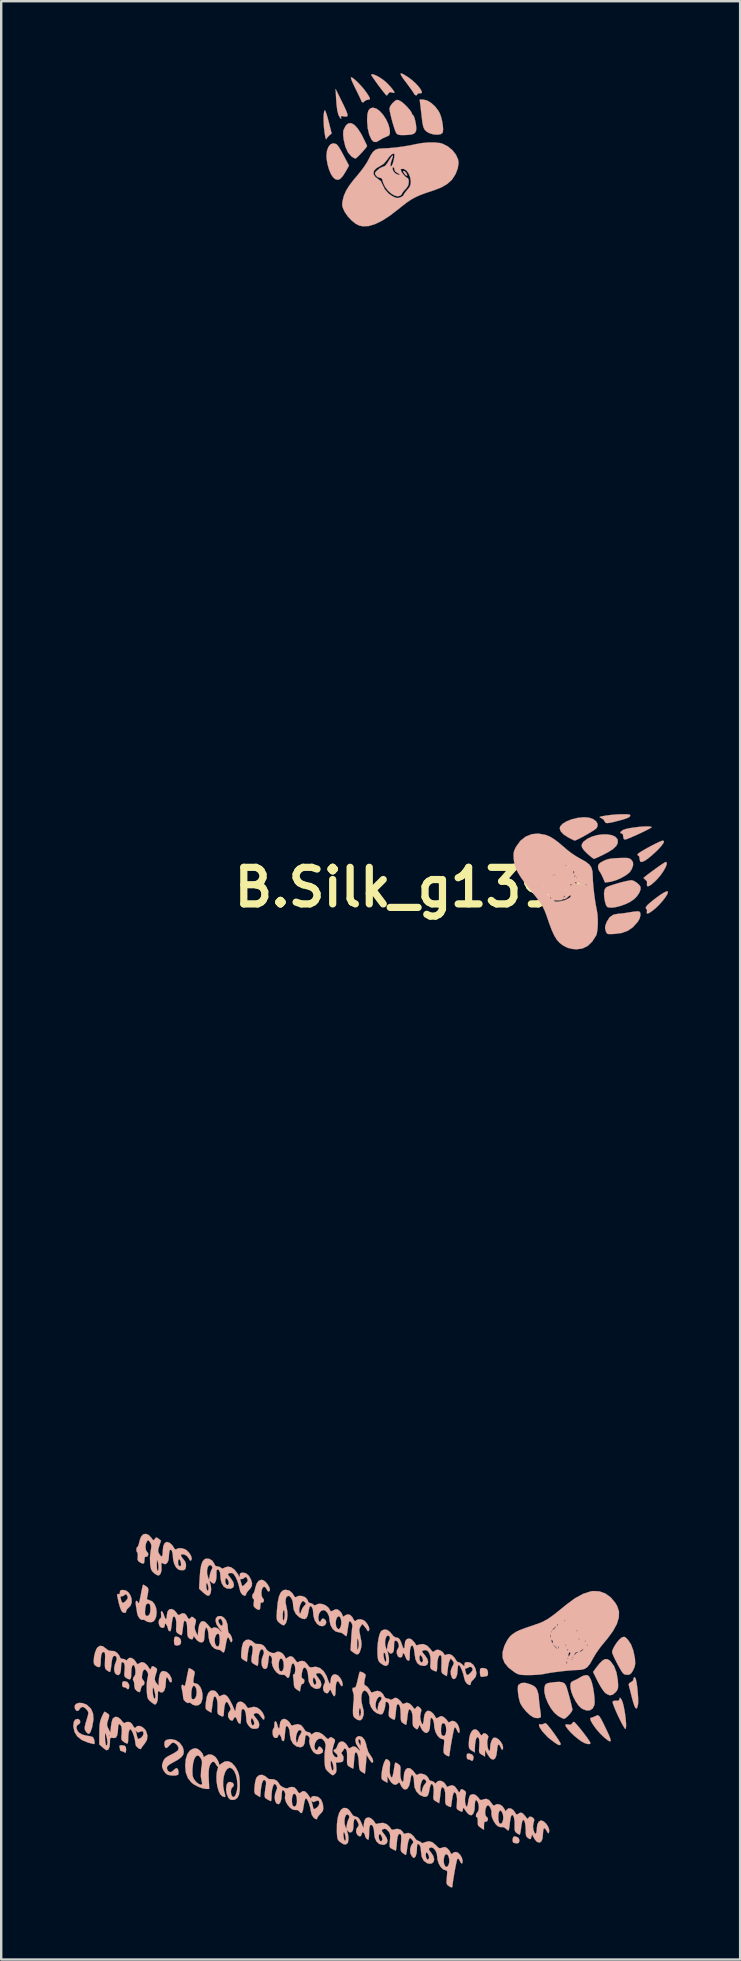
<source format=kicad_pcb>
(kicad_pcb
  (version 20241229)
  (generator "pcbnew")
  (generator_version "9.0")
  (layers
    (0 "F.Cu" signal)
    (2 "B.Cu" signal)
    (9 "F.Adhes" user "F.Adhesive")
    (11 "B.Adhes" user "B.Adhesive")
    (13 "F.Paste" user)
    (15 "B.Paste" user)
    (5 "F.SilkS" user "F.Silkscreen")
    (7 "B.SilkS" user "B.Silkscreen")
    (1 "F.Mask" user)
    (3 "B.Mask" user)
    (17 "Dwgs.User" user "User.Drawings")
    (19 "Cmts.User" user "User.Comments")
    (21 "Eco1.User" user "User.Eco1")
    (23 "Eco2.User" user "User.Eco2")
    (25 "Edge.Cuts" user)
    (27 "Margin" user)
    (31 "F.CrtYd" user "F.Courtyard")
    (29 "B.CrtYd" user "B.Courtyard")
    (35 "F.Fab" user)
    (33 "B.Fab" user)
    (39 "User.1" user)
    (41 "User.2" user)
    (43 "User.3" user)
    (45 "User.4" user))
  (footprint "B.Silk_g1394"
    (layer "F.Cu")
    (at 14.144 33.906)
    (property "Reference" "B.Silk_g1394" (at 0 0 0) (layer "F.SilkS") (effects (font (size 1.524 1.524) (thickness 0.3))))
    (attr through_hole)
    (fp_poly (pts (xy -0.356 -29.834) (xy -0.292 -29.776) (xy -0.253 -29.716) (xy -0.232 -29.649) (xy -0.258 -29.635) (xy -0.312 -29.673) (xy -0.356 -29.726) (xy -0.399 -29.8) (xy -0.404 -29.836) (xy -0.356 -29.834)) (stroke (width 0.01) (type solid)) (fill yes) (layer "B.SilkS"))
    (fp_poly (pts (xy 4.274 39.53) (xy 4.388 39.573) (xy 4.436 39.667) (xy 4.435 39.727) (xy 4.409 39.795) (xy 4.344 39.817) (xy 4.241 39.805) (xy 4.174 39.777) (xy 4.154 39.711) (xy 4.157 39.652) (xy 4.176 39.56) (xy 4.222 39.528) (xy 4.274 39.53)) (stroke (width 0.01) (type solid)) (fill yes) (layer "B.SilkS"))
    (fp_poly (pts (xy -9.778 31.222) (xy -9.734 31.243) (xy -9.674 31.313) (xy -9.652 31.412) (xy -9.669 31.506) (xy -9.719 31.555) (xy -9.84 31.579) (xy -9.92 31.552) (xy -9.938 31.495) (xy -9.948 31.39) (xy -9.948 31.362) (xy -9.932 31.244) (xy -9.878 31.198) (xy -9.778 31.222)) (stroke (width 0.01) (type solid)) (fill yes) (layer "B.SilkS"))
    (fp_poly (pts (xy 2.356 36.076) (xy 2.475 36.121) (xy 2.531 36.211) (xy 2.513 36.326) (xy 2.471 36.388) (xy 2.439 36.372) (xy 2.375 36.33) (xy 2.326 36.322) (xy 2.266 36.301) (xy 2.245 36.226) (xy 2.244 36.192) (xy 2.252 36.102) (xy 2.294 36.073) (xy 2.356 36.076)) (stroke (width 0.01) (type solid)) (fill yes) (layer "B.SilkS"))
    (fp_poly (pts (xy -11.889 33.095) (xy -11.823 33.191) (xy -11.811 33.282) (xy -11.828 33.374) (xy -11.869 33.401) (xy -11.917 33.359) (xy -11.977 33.323) (xy -12.025 33.316) (xy -12.086 33.295) (xy -12.107 33.218) (xy -12.107 33.189) (xy -12.095 33.098) (xy -12.047 33.065) (xy -12.01 33.062) (xy -11.889 33.095)) (stroke (width 0.01) (type solid)) (fill yes) (layer "B.SilkS"))
    (fp_poly (pts (xy -12.002 35.749) (xy -11.949 35.816) (xy -11.943 35.945) (xy -11.945 35.969) (xy -11.964 36.045) (xy -11.992 36.038) (xy -11.993 36.036) (xy -12.061 35.992) (xy -12.11 35.983) (xy -12.177 35.958) (xy -12.192 35.923) (xy -12.207 35.83) (xy -12.218 35.796) (xy -12.218 35.749) (xy -12.156 35.731) (xy -12.111 35.729) (xy -12.002 35.749)) (stroke (width 0.01) (type solid)) (fill yes) (layer "B.SilkS"))
    (fp_poly (pts (xy 3.018 32.529) (xy 3.082 32.563) (xy 3.119 32.635) (xy 3.131 32.73) (xy 3.119 32.814) (xy 3.081 32.851) (xy 3.08 32.851) (xy 2.996 32.862) (xy 2.941 32.875) (xy 2.858 32.881) (xy 2.825 32.867) (xy 2.805 32.808) (xy 2.794 32.701) (xy 2.794 32.674) (xy 2.8 32.568) (xy 2.829 32.523) (xy 2.901 32.512) (xy 2.913 32.512) (xy 3.018 32.529)) (stroke (width 0.01) (type solid)) (fill yes) (layer "B.SilkS"))
    (fp_poly (pts (xy -3.639 -32.325) (xy -3.6 -32.22) (xy -3.553 -32.065) (xy -3.504 -31.88) (xy -3.382 -31.397) (xy -3.486 -31.309) (xy -3.565 -31.228) (xy -3.609 -31.157) (xy -3.623 -31.167) (xy -3.643 -31.245) (xy -3.668 -31.377) (xy -3.679 -31.454) (xy -3.702 -31.656) (xy -3.714 -31.861) (xy -3.717 -32.051) (xy -3.709 -32.21) (xy -3.692 -32.32) (xy -3.666 -32.364) (xy -3.664 -32.364) (xy -3.639 -32.325)) (stroke (width 0.01) (type solid)) (fill yes) (layer "B.SilkS"))
    (fp_poly (pts (xy -2.966 -32.745) (xy -2.849 -32.504) (xy -2.77 -32.329) (xy -2.727 -32.21) (xy -2.719 -32.138) (xy -2.745 -32.104) (xy -2.804 -32.099) (xy -2.863 -32.108) (xy -2.962 -32.122) (xy -2.998 -32.107) (xy -2.992 -32.07) (xy -2.978 -32.011) (xy -3.007 -32.022) (xy -3.037 -32.057) (xy -3.1 -32.178) (xy -3.148 -32.364) (xy -3.18 -32.62) (xy -3.194 -32.82) (xy -3.217 -33.253) (xy -2.966 -32.745)) (stroke (width 0.01) (type solid)) (fill yes) (layer "B.SilkS"))
    (fp_poly (pts (xy 10.622 0.175) (xy 10.626 0.193) (xy 10.596 0.285) (xy 10.515 0.416) (xy 10.397 0.569) (xy 10.256 0.727) (xy 10.105 0.873) (xy 9.974 0.98) (xy 9.843 1.067) (xy 9.768 1.096) (xy 9.742 1.066) (xy 9.749 1.016) (xy 9.751 0.937) (xy 9.733 0.908) (xy 9.699 0.867) (xy 9.712 0.81) (xy 9.78 0.728) (xy 9.907 0.615) (xy 10.089 0.471) (xy 10.3 0.317) (xy 10.461 0.216) (xy 10.57 0.168) (xy 10.622 0.175)) (stroke (width 0.01) (type solid)) (fill yes) (layer "B.SilkS"))
    (fp_poly (pts (xy 9.286 32.967) (xy 9.316 33.106) (xy 9.343 33.295) (xy 9.365 33.508) (xy 9.38 33.716) (xy 9.386 33.894) (xy 9.38 34.011) (xy 9.35 34.148) (xy 9.313 34.203) (xy 9.269 34.176) (xy 9.218 34.065) (xy 9.158 33.871) (xy 9.126 33.75) (xy 9.078 33.558) (xy 9.036 33.392) (xy 9.005 33.271) (xy 8.991 33.221) (xy 9.003 33.151) (xy 9.078 33.106) (xy 9.166 33.041) (xy 9.186 32.979) (xy 9.207 32.905) (xy 9.25 32.903) (xy 9.286 32.967)) (stroke (width 0.01) (type solid)) (fill yes) (layer "B.SilkS"))
    (fp_poly (pts (xy -3.206 -30.962) (xy -3.165 -30.935) (xy -3.127 -30.895) (xy -3.076 -30.823) (xy -3.007 -30.708) (xy -2.914 -30.54) (xy -2.791 -30.309) (xy -2.742 -30.216) (xy -2.659 -30.057) (xy -2.796 -29.814) (xy -2.919 -29.619) (xy -3.028 -29.504) (xy -3.131 -29.464) (xy -3.234 -29.497) (xy -3.325 -29.576) (xy -3.412 -29.709) (xy -3.491 -29.898) (xy -3.553 -30.117) (xy -3.591 -30.339) (xy -3.598 -30.469) (xy -3.577 -30.673) (xy -3.518 -30.834) (xy -3.431 -30.943) (xy -3.324 -30.988) (xy -3.206 -30.962)) (stroke (width 0.01) (type solid)) (fill yes) (layer "B.SilkS"))
    (fp_poly (pts (xy -2.505 -33.709) (xy -2.401 -33.627) (xy -2.276 -33.508) (xy -2.144 -33.368) (xy -2.021 -33.222) (xy -1.931 -33.1) (xy -1.838 -32.958) (xy -1.792 -32.871) (xy -1.789 -32.826) (xy -1.827 -32.81) (xy -1.86 -32.808) (xy -1.957 -32.78) (xy -2.005 -32.745) (xy -2.075 -32.689) (xy -2.121 -32.706) (xy -2.157 -32.782) (xy -2.191 -32.86) (xy -2.254 -32.993) (xy -2.336 -33.161) (xy -2.41 -33.311) (xy -2.504 -33.506) (xy -2.561 -33.646) (xy -2.58 -33.725) (xy -2.571 -33.74) (xy -2.505 -33.709)) (stroke (width 0.01) (type solid)) (fill yes) (layer "B.SilkS"))
    (fp_poly (pts (xy -0.39 -33.86) (xy -0.238 -33.767) (xy -0.171 -33.723) (xy -0.024 -33.612) (xy 0.111 -33.489) (xy 0.227 -33.364) (xy 0.314 -33.249) (xy 0.366 -33.154) (xy 0.375 -33.09) (xy 0.332 -33.068) (xy 0.299 -33.074) (xy 0.221 -33.066) (xy 0.195 -33.036) (xy 0.147 -32.982) (xy 0.086 -33.005) (xy 0.039 -33.073) (xy -0.008 -33.148) (xy -0.093 -33.269) (xy -0.2 -33.415) (xy -0.259 -33.493) (xy -0.402 -33.684) (xy -0.486 -33.815) (xy -0.513 -33.886) (xy -0.481 -33.901) (xy -0.39 -33.86)) (stroke (width 0.01) (type solid)) (fill yes) (layer "B.SilkS"))
    (fp_poly (pts (xy 5.54 34.816) (xy 5.595 34.868) (xy 5.679 34.968) (xy 5.782 35.101) (xy 5.891 35.249) (xy 5.995 35.398) (xy 6.082 35.531) (xy 6.142 35.631) (xy 6.162 35.682) (xy 6.161 35.684) (xy 6.128 35.72) (xy 6.08 35.72) (xy 5.999 35.678) (xy 5.905 35.618) (xy 5.631 35.408) (xy 5.412 35.173) (xy 5.371 35.12) (xy 5.287 34.99) (xy 5.252 34.897) (xy 5.267 34.852) (xy 5.318 34.858) (xy 5.408 34.857) (xy 5.443 34.837) (xy 5.512 34.81) (xy 5.54 34.816)) (stroke (width 0.01) (type solid)) (fill yes) (layer "B.SilkS"))
    (fp_poly (pts (xy 10.576 -1.029) (xy 10.57 -0.948) (xy 10.522 -0.828) (xy 10.441 -0.684) (xy 10.333 -0.527) (xy 10.205 -0.371) (xy 10.075 -0.237) (xy 9.93 -0.114) (xy 9.824 -0.051) (xy 9.761 -0.05) (xy 9.747 -0.112) (xy 9.753 -0.146) (xy 9.752 -0.244) (xy 9.686 -0.314) (xy 9.625 -0.367) (xy 9.612 -0.397) (xy 9.684 -0.459) (xy 9.8 -0.55) (xy 9.945 -0.658) (xy 10.102 -0.772) (xy 10.255 -0.881) (xy 10.389 -0.972) (xy 10.487 -1.035) (xy 10.534 -1.058) (xy 10.576 -1.029)) (stroke (width 0.01) (type solid)) (fill yes) (layer "B.SilkS"))
    (fp_poly (pts (xy 8.11 32.147) (xy 8.21 32.211) (xy 8.239 32.238) (xy 8.38 32.434) (xy 8.48 32.694) (xy 8.536 33.005) (xy 8.54 33.058) (xy 8.549 33.226) (xy 8.545 33.335) (xy 8.524 33.411) (xy 8.478 33.481) (xy 8.447 33.518) (xy 8.324 33.625) (xy 8.198 33.649) (xy 8.064 33.589) (xy 8.002 33.539) (xy 7.926 33.449) (xy 7.832 33.306) (xy 7.734 33.135) (xy 7.69 33.049) (xy 7.506 32.677) (xy 7.62 32.52) (xy 7.775 32.324) (xy 7.902 32.199) (xy 8.01 32.141) (xy 8.11 32.147)) (stroke (width 0.01) (type solid)) (fill yes) (layer "B.SilkS"))
    (fp_poly (pts (xy 8.886 -3.045) (xy 8.99 -3.038) (xy 9.041 -3.021) (xy 9.054 -2.991) (xy 9.051 -2.974) (xy 9.02 -2.931) (xy 8.935 -2.887) (xy 8.787 -2.835) (xy 8.614 -2.787) (xy 8.381 -2.726) (xy 8.215 -2.69) (xy 8.106 -2.676) (xy 8.039 -2.684) (xy 8.004 -2.714) (xy 7.989 -2.751) (xy 7.936 -2.827) (xy 7.846 -2.885) (xy 7.791 -2.911) (xy 7.781 -2.931) (xy 7.827 -2.949) (xy 7.941 -2.971) (xy 8.043 -2.989) (xy 8.252 -3.016) (xy 8.492 -3.037) (xy 8.713 -3.045) (xy 8.886 -3.045)) (stroke (width 0.01) (type solid)) (fill yes) (layer "B.SilkS"))
    (fp_poly (pts (xy -1.516 -32.431) (xy -1.375 -32.327) (xy -1.238 -32.174) (xy -1.116 -31.988) (xy -1.022 -31.786) (xy -0.966 -31.584) (xy -0.956 -31.48) (xy -0.961 -31.371) (xy -0.997 -31.312) (xy -1.087 -31.268) (xy -1.113 -31.259) (xy -1.25 -31.198) (xy -1.372 -31.125) (xy -1.383 -31.117) (xy -1.516 -31.042) (xy -1.627 -31.048) (xy -1.717 -31.134) (xy -1.814 -31.34) (xy -1.878 -31.606) (xy -1.904 -31.91) (xy -1.905 -31.959) (xy -1.894 -32.186) (xy -1.856 -32.34) (xy -1.789 -32.431) (xy -1.686 -32.468) (xy -1.649 -32.47) (xy -1.516 -32.431)) (stroke (width 0.01) (type solid)) (fill yes) (layer "B.SilkS"))
    (fp_poly (pts (xy 0.591 -32.772) (xy 0.76 -32.672) (xy 0.923 -32.526) (xy 1.06 -32.348) (xy 1.115 -32.25) (xy 1.173 -32.097) (xy 1.219 -31.917) (xy 1.249 -31.733) (xy 1.26 -31.57) (xy 1.249 -31.452) (xy 1.235 -31.419) (xy 1.155 -31.366) (xy 1.022 -31.346) (xy 0.865 -31.357) (xy 0.709 -31.401) (xy 0.691 -31.409) (xy 0.574 -31.473) (xy 0.493 -31.551) (xy 0.44 -31.661) (xy 0.403 -31.822) (xy 0.38 -31.997) (xy 0.357 -32.197) (xy 0.333 -32.405) (xy 0.314 -32.565) (xy 0.284 -32.808) (xy 0.435 -32.808) (xy 0.591 -32.772)) (stroke (width 0.01) (type solid)) (fill yes) (layer "B.SilkS"))
    (fp_poly (pts (xy 7.744 34.5) (xy 7.791 34.555) (xy 7.851 34.655) (xy 7.931 34.811) (xy 8.038 35.031) (xy 8.069 35.096) (xy 8.171 35.317) (xy 8.228 35.468) (xy 8.24 35.552) (xy 8.205 35.57) (xy 8.122 35.526) (xy 7.99 35.422) (xy 7.949 35.387) (xy 7.813 35.255) (xy 7.682 35.108) (xy 7.565 34.958) (xy 7.471 34.818) (xy 7.408 34.701) (xy 7.385 34.619) (xy 7.411 34.586) (xy 7.414 34.586) (xy 7.49 34.567) (xy 7.594 34.522) (xy 7.599 34.52) (xy 7.655 34.492) (xy 7.701 34.483) (xy 7.744 34.5)) (stroke (width 0.01) (type solid)) (fill yes) (layer "B.SilkS"))
    (fp_poly (pts (xy 9.873 -2.534) (xy 9.941 -2.517) (xy 9.948 -2.506) (xy 9.912 -2.477) (xy 9.815 -2.422) (xy 9.673 -2.35) (xy 9.503 -2.268) (xy 9.323 -2.185) (xy 9.148 -2.108) (xy 8.997 -2.044) (xy 8.885 -2.002) (xy 8.833 -1.99) (xy 8.779 -2.02) (xy 8.763 -2.117) (xy 8.744 -2.217) (xy 8.7 -2.244) (xy 8.641 -2.262) (xy 8.651 -2.308) (xy 8.723 -2.369) (xy 8.765 -2.393) (xy 8.866 -2.429) (xy 9.017 -2.463) (xy 9.198 -2.492) (xy 9.391 -2.516) (xy 9.581 -2.532) (xy 9.747 -2.539) (xy 9.873 -2.534)) (stroke (width 0.01) (type solid)) (fill yes) (layer "B.SilkS"))
    (fp_poly (pts (xy 10.459 -1.922) (xy 10.44 -1.85) (xy 10.359 -1.734) (xy 10.219 -1.58) (xy 10.146 -1.507) (xy 9.94 -1.319) (xy 9.763 -1.177) (xy 9.62 -1.088) (xy 9.52 -1.055) (xy 9.467 -1.081) (xy 9.466 -1.084) (xy 9.443 -1.184) (xy 9.44 -1.231) (xy 9.422 -1.298) (xy 9.398 -1.312) (xy 9.36 -1.347) (xy 9.356 -1.376) (xy 9.391 -1.412) (xy 9.486 -1.477) (xy 9.624 -1.56) (xy 9.789 -1.653) (xy 9.963 -1.746) (xy 10.13 -1.831) (xy 10.273 -1.898) (xy 10.376 -1.939) (xy 10.413 -1.947) (xy 10.459 -1.922)) (stroke (width 0.01) (type solid)) (fill yes) (layer "B.SilkS"))
    (fp_poly (pts (xy -2.434 -31.754) (xy -2.295 -31.603) (xy -2.149 -31.375) (xy -2.073 -31.229) (xy -1.999 -31.077) (xy -1.941 -30.957) (xy -1.909 -30.887) (xy -1.905 -30.876) (xy -1.932 -30.828) (xy -2.002 -30.741) (xy -2.098 -30.632) (xy -2.202 -30.521) (xy -2.297 -30.425) (xy -2.366 -30.365) (xy -2.388 -30.353) (xy -2.458 -30.378) (xy -2.551 -30.437) (xy -2.557 -30.442) (xy -2.701 -30.607) (xy -2.81 -30.846) (xy -2.88 -31.146) (xy -2.902 -31.344) (xy -2.898 -31.485) (xy -2.878 -31.562) (xy -2.789 -31.731) (xy -2.684 -31.819) (xy -2.564 -31.826) (xy -2.434 -31.754)) (stroke (width 0.01) (type solid)) (fill yes) (layer "B.SilkS"))
    (fp_poly (pts (xy 7.355 -2.898) (xy 7.517 -2.838) (xy 7.633 -2.75) (xy 7.694 -2.644) (xy 7.688 -2.531) (xy 7.638 -2.452) (xy 7.577 -2.404) (xy 7.463 -2.331) (xy 7.316 -2.242) (xy 7.155 -2.15) (xy 6.997 -2.064) (xy 6.863 -1.996) (xy 6.771 -1.955) (xy 6.744 -1.948) (xy 6.692 -1.968) (xy 6.589 -2.018) (xy 6.463 -2.083) (xy 6.277 -2.206) (xy 6.16 -2.332) (xy 6.117 -2.453) (xy 6.137 -2.537) (xy 6.237 -2.648) (xy 6.403 -2.749) (xy 6.615 -2.833) (xy 6.855 -2.892) (xy 7.104 -2.919) (xy 7.159 -2.92) (xy 7.355 -2.898)) (stroke (width 0.01) (type solid)) (fill yes) (layer "B.SilkS"))
    (fp_poly (pts (xy 8.111 -2.204) (xy 8.295 -2.171) (xy 8.438 -2.104) (xy 8.523 -2.003) (xy 8.533 -1.972) (xy 8.535 -1.847) (xy 8.474 -1.726) (xy 8.345 -1.602) (xy 8.142 -1.47) (xy 7.924 -1.356) (xy 7.767 -1.281) (xy 7.639 -1.223) (xy 7.559 -1.19) (xy 7.542 -1.185) (xy 7.497 -1.212) (xy 7.408 -1.281) (xy 7.291 -1.38) (xy 7.269 -1.4) (xy 7.118 -1.551) (xy 7.041 -1.674) (xy 7.032 -1.78) (xy 7.089 -1.881) (xy 7.11 -1.903) (xy 7.269 -2.024) (xy 7.463 -2.115) (xy 7.679 -2.176) (xy 7.9 -2.206) (xy 8.111 -2.204)) (stroke (width 0.01) (type solid)) (fill yes) (layer "B.SilkS"))
    (fp_poly (pts (xy 8.641 33.76) (xy 8.69 33.828) (xy 8.731 33.919) (xy 8.771 34.063) (xy 8.808 34.24) (xy 8.84 34.434) (xy 8.864 34.628) (xy 8.879 34.803) (xy 8.881 34.944) (xy 8.869 35.031) (xy 8.85 35.052) (xy 8.817 35.016) (xy 8.756 34.916) (xy 8.676 34.767) (xy 8.584 34.583) (xy 8.55 34.514) (xy 8.46 34.316) (xy 8.387 34.141) (xy 8.337 34.007) (xy 8.317 33.928) (xy 8.318 33.917) (xy 8.377 33.875) (xy 8.465 33.875) (xy 8.557 33.877) (xy 8.596 33.836) (xy 8.603 33.806) (xy 8.616 33.751) (xy 8.641 33.76)) (stroke (width 0.01) (type solid)) (fill yes) (layer "B.SilkS"))
    (fp_poly (pts (xy -1.621 -33.849) (xy -1.502 -33.798) (xy -1.364 -33.72) (xy -1.224 -33.623) (xy -1.143 -33.557) (xy -1.03 -33.449) (xy -0.92 -33.329) (xy -0.828 -33.216) (xy -0.772 -33.13) (xy -0.762 -33.1) (xy -0.795 -33.087) (xy -0.867 -33.104) (xy -0.953 -33.122) (xy -1.005 -33.081) (xy -1.017 -33.061) (xy -1.064 -32.996) (xy -1.092 -32.979) (xy -1.127 -33.012) (xy -1.201 -33.1) (xy -1.303 -33.23) (xy -1.423 -33.389) (xy -1.429 -33.397) (xy -1.547 -33.559) (xy -1.644 -33.696) (xy -1.71 -33.794) (xy -1.736 -33.839) (xy -1.736 -33.84) (xy -1.704 -33.866) (xy -1.621 -33.849)) (stroke (width 0.01) (type solid)) (fill yes) (layer "B.SilkS"))
    (fp_poly (pts (xy 6.751 34.787) (xy 6.83 34.872) (xy 6.934 34.995) (xy 7.05 35.139) (xy 7.166 35.29) (xy 7.27 35.431) (xy 7.35 35.547) (xy 7.393 35.623) (xy 7.394 35.625) (xy 7.384 35.673) (xy 7.311 35.683) (xy 7.191 35.653) (xy 7.155 35.64) (xy 7.024 35.57) (xy 6.872 35.461) (xy 6.715 35.33) (xy 6.569 35.19) (xy 6.45 35.056) (xy 6.372 34.943) (xy 6.35 34.877) (xy 6.386 34.86) (xy 6.472 34.867) (xy 6.476 34.868) (xy 6.577 34.873) (xy 6.626 34.831) (xy 6.629 34.824) (xy 6.679 34.765) (xy 6.709 34.756) (xy 6.751 34.787)) (stroke (width 0.01) (type solid)) (fill yes) (layer "B.SilkS"))
    (fp_poly (pts (xy 8.832 31.221) (xy 8.898 31.274) (xy 8.958 31.338) (xy 9.085 31.528) (xy 9.182 31.784) (xy 9.245 32.089) (xy 9.254 32.173) (xy 9.261 32.339) (xy 9.235 32.47) (xy 9.179 32.597) (xy 9.107 32.717) (xy 9.037 32.778) (xy 8.951 32.8) (xy 8.817 32.781) (xy 8.756 32.736) (xy 8.695 32.65) (xy 8.615 32.517) (xy 8.526 32.356) (xy 8.44 32.189) (xy 8.366 32.035) (xy 8.315 31.914) (xy 8.297 31.85) (xy 8.324 31.744) (xy 8.394 31.606) (xy 8.489 31.46) (xy 8.592 31.334) (xy 8.684 31.254) (xy 8.697 31.247) (xy 8.775 31.216) (xy 8.832 31.221)) (stroke (width 0.01) (type solid)) (fill yes) (layer "B.SilkS"))
    (fp_poly (pts (xy 9.414 1) (xy 9.423 1.002) (xy 9.473 1.062) (xy 9.479 1.168) (xy 9.445 1.298) (xy 9.372 1.429) (xy 9.367 1.435) (xy 9.167 1.659) (xy 8.95 1.81) (xy 8.699 1.901) (xy 8.415 1.939) (xy 8.25 1.947) (xy 8.15 1.945) (xy 8.094 1.928) (xy 8.063 1.89) (xy 8.044 1.844) (xy 8.011 1.737) (xy 8.007 1.646) (xy 8.037 1.537) (xy 8.083 1.424) (xy 8.198 1.244) (xy 8.359 1.136) (xy 8.56 1.099) (xy 8.67 1.091) (xy 8.83 1.071) (xy 9.009 1.042) (xy 9.032 1.039) (xy 9.196 1.013) (xy 9.332 1) (xy 9.414 1)) (stroke (width 0.01) (type solid)) (fill yes) (layer "B.SilkS"))
    (fp_poly (pts (xy -13.94 34.636) (xy -13.87 34.683) (xy -13.85 34.761) (xy -13.882 34.835) (xy -13.925 34.861) (xy -13.996 34.919) (xy -14.009 35.017) (xy -13.967 35.13) (xy -13.912 35.199) (xy -13.767 35.287) (xy -13.605 35.326) (xy -13.47 35.348) (xy -13.364 35.375) (xy -13.335 35.386) (xy -13.295 35.437) (xy -13.266 35.522) (xy -13.252 35.611) (xy -13.261 35.672) (xy -13.279 35.682) (xy -13.337 35.668) (xy -13.447 35.64) (xy -13.525 35.619) (xy -13.779 35.516) (xy -13.97 35.367) (xy -14.091 35.177) (xy -14.139 34.951) (xy -14.139 34.924) (xy -14.119 34.754) (xy -14.057 34.657) (xy -13.957 34.634) (xy -13.94 34.636)) (stroke (width 0.01) (type solid)) (fill yes) (layer "B.SilkS"))
    (fp_poly (pts (xy 7.291 32.822) (xy 7.348 32.876) (xy 7.408 32.989) (xy 7.417 33.009) (xy 7.465 33.152) (xy 7.508 33.342) (xy 7.543 33.553) (xy 7.565 33.76) (xy 7.573 33.936) (xy 7.562 34.051) (xy 7.491 34.196) (xy 7.377 34.274) (xy 7.23 34.282) (xy 7.062 34.217) (xy 7.023 34.193) (xy 6.904 34.079) (xy 6.784 33.908) (xy 6.679 33.707) (xy 6.6 33.503) (xy 6.563 33.323) (xy 6.562 33.29) (xy 6.567 33.17) (xy 6.597 33.102) (xy 6.671 33.056) (xy 6.72 33.034) (xy 6.857 32.969) (xy 6.98 32.896) (xy 6.992 32.888) (xy 7.107 32.831) (xy 7.216 32.808) (xy 7.291 32.822)) (stroke (width 0.01) (type solid)) (fill yes) (layer "B.SilkS"))
    (fp_poly (pts (xy 9.213 -0.266) (xy 9.329 -0.192) (xy 9.431 -0.099) (xy 9.482 -0.021) (xy 9.484 0.088) (xy 9.431 0.226) (xy 9.334 0.371) (xy 9.22 0.488) (xy 9.059 0.599) (xy 8.864 0.696) (xy 8.654 0.773) (xy 8.449 0.825) (xy 8.268 0.846) (xy 8.132 0.831) (xy 8.092 0.812) (xy 8.046 0.741) (xy 8.005 0.61) (xy 7.975 0.442) (xy 7.961 0.261) (xy 7.961 0.245) (xy 7.99 0.085) (xy 8.043 0.009) (xy 8.113 -0.029) (xy 8.245 -0.078) (xy 8.416 -0.134) (xy 8.608 -0.19) (xy 8.797 -0.239) (xy 8.964 -0.276) (xy 9.086 -0.296) (xy 9.114 -0.297) (xy 9.213 -0.266)) (stroke (width 0.01) (type solid)) (fill yes) (layer "B.SilkS"))
    (fp_poly (pts (xy 4.892 33.19) (xy 4.893 33.191) (xy 5.032 33.256) (xy 5.116 33.325) (xy 5.172 33.423) (xy 5.183 33.448) (xy 5.226 33.591) (xy 5.248 33.729) (xy 5.249 33.751) (xy 5.255 33.86) (xy 5.272 34.02) (xy 5.296 34.198) (xy 5.299 34.216) (xy 5.32 34.372) (xy 5.332 34.492) (xy 5.332 34.555) (xy 5.331 34.56) (xy 5.23 34.6) (xy 5.095 34.59) (xy 5.004 34.558) (xy 4.863 34.461) (xy 4.713 34.317) (xy 4.578 34.151) (xy 4.48 33.99) (xy 4.455 33.924) (xy 4.409 33.739) (xy 4.381 33.552) (xy 4.37 33.386) (xy 4.379 33.263) (xy 4.399 33.215) (xy 4.516 33.138) (xy 4.68 33.13) (xy 4.892 33.19)) (stroke (width 0.01) (type solid)) (fill yes) (layer "B.SilkS"))
    (fp_poly (pts (xy 6.228 33.106) (xy 6.324 33.161) (xy 6.384 33.259) (xy 6.385 33.26) (xy 6.417 33.356) (xy 6.461 33.503) (xy 6.51 33.68) (xy 6.559 33.864) (xy 6.601 34.035) (xy 6.632 34.17) (xy 6.646 34.249) (xy 6.646 34.254) (xy 6.617 34.322) (xy 6.546 34.417) (xy 6.454 34.516) (xy 6.365 34.594) (xy 6.3 34.629) (xy 6.297 34.629) (xy 6.231 34.607) (xy 6.123 34.552) (xy 6.044 34.505) (xy 5.89 34.371) (xy 5.745 34.183) (xy 5.621 33.962) (xy 5.528 33.732) (xy 5.478 33.514) (xy 5.479 33.337) (xy 5.502 33.245) (xy 5.538 33.185) (xy 5.607 33.148) (xy 5.728 33.123) (xy 5.872 33.104) (xy 6.083 33.088) (xy 6.228 33.106)) (stroke (width 0.01) (type solid)) (fill yes) (layer "B.SilkS"))
    (fp_poly (pts (xy 8.907 -1.225) (xy 8.992 -1.213) (xy 9.05 -1.187) (xy 9.099 -1.146) (xy 9.101 -1.144) (xy 9.163 -1.06) (xy 9.175 -0.963) (xy 9.166 -0.896) (xy 9.116 -0.757) (xy 9.032 -0.63) (xy 9.025 -0.622) (xy 8.886 -0.511) (xy 8.696 -0.4) (xy 8.483 -0.305) (xy 8.28 -0.242) (xy 8.203 -0.227) (xy 8.003 -0.2) (xy 7.914 -0.407) (xy 7.851 -0.54) (xy 7.789 -0.648) (xy 7.762 -0.684) (xy 7.719 -0.777) (xy 7.712 -0.875) (xy 7.737 -0.956) (xy 7.802 -1.023) (xy 7.928 -1.095) (xy 7.938 -1.1) (xy 8.059 -1.152) (xy 8.186 -1.187) (xy 8.344 -1.208) (xy 8.56 -1.22) (xy 8.578 -1.221) (xy 8.776 -1.227) (xy 8.907 -1.225)) (stroke (width 0.01) (type solid)) (fill yes) (layer "B.SilkS"))
    (fp_poly (pts (xy -13.757 33.974) (xy -13.607 34.03) (xy -13.561 34.058) (xy -13.406 34.207) (xy -13.319 34.406) (xy -13.3 34.653) (xy -13.35 34.95) (xy -13.367 35.011) (xy -13.422 35.169) (xy -13.476 35.247) (xy -13.534 35.248) (xy -13.602 35.177) (xy -13.608 35.17) (xy -13.649 35.103) (xy -13.667 35.038) (xy -13.662 34.954) (xy -13.633 34.829) (xy -13.584 34.663) (xy -13.538 34.51) (xy -13.517 34.414) (xy -13.52 34.351) (xy -13.547 34.297) (xy -13.577 34.254) (xy -13.679 34.155) (xy -13.775 34.132) (xy -13.854 34.185) (xy -13.876 34.224) (xy -13.938 34.299) (xy -14.007 34.297) (xy -14.065 34.224) (xy -14.082 34.173) (xy -14.077 34.067) (xy -14.009 33.996) (xy -13.897 33.964) (xy -13.757 33.974)) (stroke (width 0.01) (type solid)) (fill yes) (layer "B.SilkS"))
    (fp_poly (pts (xy -0.601 -32.786) (xy -0.552 -32.766) (xy -0.459 -32.709) (xy -0.345 -32.612) (xy -0.228 -32.496) (xy -0.127 -32.379) (xy -0.059 -32.281) (xy -0.042 -32.232) (xy -0.021 -32.179) (xy -0.005 -32.173) (xy 0.032 -32.135) (xy 0.07 -32.037) (xy 0.105 -31.902) (xy 0.131 -31.756) (xy 0.144 -31.621) (xy 0.137 -31.523) (xy 0.136 -31.518) (xy 0.098 -31.436) (xy 0.03 -31.381) (xy -0.083 -31.349) (xy -0.258 -31.334) (xy -0.369 -31.331) (xy -0.52 -31.332) (xy -0.611 -31.348) (xy -0.666 -31.384) (xy -0.696 -31.423) (xy -0.735 -31.508) (xy -0.784 -31.652) (xy -0.838 -31.832) (xy -0.891 -32.026) (xy -0.935 -32.208) (xy -0.965 -32.357) (xy -0.974 -32.441) (xy -0.943 -32.531) (xy -0.865 -32.64) (xy -0.828 -32.679) (xy -0.735 -32.763) (xy -0.67 -32.795) (xy -0.601 -32.786)) (stroke (width 0.01) (type solid)) (fill yes) (layer "B.SilkS"))
    (fp_poly (pts (xy -6.235 28.853) (xy -6.147 28.912) (xy -6.059 29.014) (xy -5.988 29.13) (xy -5.953 29.235) (xy -5.956 29.28) (xy -5.998 29.333) (xy -6.048 29.303) (xy -6.088 29.231) (xy -6.143 29.153) (xy -6.196 29.125) (xy -6.252 29.162) (xy -6.29 29.255) (xy -6.306 29.374) (xy -6.298 29.494) (xy -6.264 29.586) (xy -6.242 29.609) (xy -6.203 29.671) (xy -6.209 29.742) (xy -6.25 29.787) (xy -6.292 29.785) (xy -6.331 29.793) (xy -6.348 29.866) (xy -6.35 29.931) (xy -6.363 30.051) (xy -6.408 30.095) (xy -6.491 30.066) (xy -6.554 30.021) (xy -6.619 29.956) (xy -6.635 29.876) (xy -6.624 29.789) (xy -6.614 29.674) (xy -6.64 29.633) (xy -6.642 29.633) (xy -6.676 29.599) (xy -6.688 29.524) (xy -6.676 29.448) (xy -6.647 29.415) (xy -6.616 29.368) (xy -6.582 29.266) (xy -6.567 29.195) (xy -6.509 29.004) (xy -6.424 28.884) (xy -6.314 28.84) (xy -6.235 28.853)) (stroke (width 0.01) (type solid)) (fill yes) (layer "B.SilkS"))
    (fp_poly (pts (xy -11.956 29.281) (xy -11.842 29.365) (xy -11.758 29.492) (xy -11.712 29.641) (xy -11.71 29.792) (xy -11.76 29.924) (xy -11.836 29.999) (xy -11.911 30.074) (xy -11.938 30.146) (xy -11.965 30.213) (xy -12.034 30.215) (xy -12.109 30.172) (xy -12.149 30.107) (xy -12.196 29.984) (xy -12.241 29.828) (xy -12.247 29.803) (xy -12.288 29.62) (xy -12.305 29.534) (xy -12.177 29.534) (xy -12.168 29.612) (xy -12.167 29.619) (xy -12.128 29.749) (xy -12.084 29.8) (xy -12.021 29.777) (xy -11.942 29.701) (xy -11.879 29.619) (xy -11.875 29.552) (xy -11.895 29.507) (xy -11.938 29.444) (xy -11.981 29.45) (xy -12.023 29.486) (xy -12.099 29.53) (xy -12.149 29.528) (xy -12.177 29.534) (xy -12.305 29.534) (xy -12.31 29.506) (xy -12.314 29.446) (xy -12.298 29.427) (xy -12.265 29.433) (xy -12.256 29.437) (xy -12.209 29.432) (xy -12.203 29.367) (xy -12.192 29.296) (xy -12.125 29.264) (xy -12.093 29.26) (xy -11.956 29.281)) (stroke (width 0.01) (type solid)) (fill yes) (layer "B.SilkS"))
    (fp_poly (pts (xy -9.881 35.515) (xy -9.714 35.623) (xy -9.595 35.783) (xy -9.572 35.839) (xy -9.538 35.988) (xy -9.558 36.112) (xy -9.639 36.224) (xy -9.789 36.336) (xy -9.938 36.419) (xy -10.095 36.506) (xy -10.189 36.572) (xy -10.234 36.629) (xy -10.245 36.682) (xy -10.21 36.785) (xy -10.16 36.83) (xy -10.09 36.85) (xy -10.02 36.817) (xy -9.966 36.767) (xy -9.887 36.702) (xy -9.829 36.679) (xy -9.823 36.681) (xy -9.778 36.745) (xy -9.756 36.842) (xy -9.764 36.93) (xy -9.787 36.963) (xy -9.884 36.99) (xy -10.021 36.993) (xy -10.16 36.973) (xy -10.232 36.949) (xy -10.311 36.882) (xy -10.386 36.774) (xy -10.397 36.752) (xy -10.44 36.643) (xy -10.444 36.551) (xy -10.41 36.431) (xy -10.41 36.43) (xy -10.367 36.333) (xy -10.306 36.26) (xy -10.205 36.192) (xy -10.08 36.127) (xy -9.94 36.052) (xy -9.829 35.98) (xy -9.772 35.927) (xy -9.772 35.926) (xy -9.76 35.827) (xy -9.813 35.723) (xy -9.915 35.64) (xy -9.981 35.617) (xy -10.041 35.64) (xy -10.122 35.72) (xy -10.125 35.724) (xy -10.222 35.821) (xy -10.284 35.848) (xy -10.324 35.803) (xy -10.346 35.719) (xy -10.345 35.592) (xy -10.277 35.513) (xy -10.14 35.478) (xy -10.074 35.475) (xy -9.881 35.515)) (stroke (width 0.01) (type solid)) (fill yes) (layer "B.SilkS"))
    (fp_poly (pts (xy -9.291 32.528) (xy -9.207 32.57) (xy -9.188 32.581) (xy -9.097 32.655) (xy -9.082 32.721) (xy -9.102 32.8) (xy -9.124 32.923) (xy -9.131 32.965) (xy -9.142 33.079) (xy -9.129 33.132) (xy -9.084 33.147) (xy -9.069 33.147) (xy -8.955 33.185) (xy -8.861 33.287) (xy -8.794 33.433) (xy -8.759 33.603) (xy -8.761 33.778) (xy -8.806 33.937) (xy -8.831 33.983) (xy -8.924 34.059) (xy -9.049 34.077) (xy -9.175 34.036) (xy -9.226 33.996) (xy -9.291 33.949) (xy -9.323 33.96) (xy -9.366 33.975) (xy -9.453 33.932) (xy -9.543 33.841) (xy -9.568 33.724) (xy -9.576 33.637) (xy -9.229 33.637) (xy -9.22 33.747) (xy -9.2 33.796) (xy -9.138 33.821) (xy -9.067 33.77) (xy -9.059 33.761) (xy -9.017 33.659) (xy -9.004 33.52) (xy -9.02 33.383) (xy -9.058 33.297) (xy -9.109 33.247) (xy -9.148 33.267) (xy -9.174 33.299) (xy -9.204 33.38) (xy -9.223 33.504) (xy -9.229 33.637) (xy -9.576 33.637) (xy -9.58 33.591) (xy -9.609 33.444) (xy -9.612 33.432) (xy -9.635 33.308) (xy -9.627 33.228) (xy -9.595 33.204) (xy -9.545 33.247) (xy -9.519 33.268) (xy -9.495 33.245) (xy -9.469 33.165) (xy -9.437 33.018) (xy -9.419 32.925) (xy -9.385 32.754) (xy -9.356 32.617) (xy -9.337 32.534) (xy -9.331 32.518) (xy -9.291 32.528)) (stroke (width 0.01) (type solid)) (fill yes) (layer "B.SilkS"))
    (fp_poly (pts (xy -11.189 29.061) (xy -11.107 29.111) (xy -11.107 29.111) (xy -11.041 29.165) (xy -11.016 29.228) (xy -11.022 29.333) (xy -11.028 29.371) (xy -11.049 29.498) (xy -11.071 29.594) (xy -11.077 29.614) (xy -11.058 29.661) (xy -10.98 29.683) (xy -10.855 29.737) (xy -10.757 29.852) (xy -10.693 30.009) (xy -10.669 30.189) (xy -10.69 30.37) (xy -10.733 30.482) (xy -10.799 30.573) (xy -10.892 30.605) (xy -10.939 30.607) (xy -11.052 30.589) (xy -11.131 30.546) (xy -11.133 30.544) (xy -11.194 30.503) (xy -11.225 30.505) (xy -11.301 30.509) (xy -11.381 30.45) (xy -11.448 30.346) (xy -11.485 30.218) (xy -11.495 30.147) (xy -11.154 30.147) (xy -11.153 30.254) (xy -11.148 30.279) (xy -11.101 30.344) (xy -11.032 30.34) (xy -10.965 30.27) (xy -10.963 30.267) (xy -10.937 30.17) (xy -10.929 30.037) (xy -10.93 30.002) (xy -10.946 29.887) (xy -10.979 29.834) (xy -11.028 29.824) (xy -11.084 29.841) (xy -11.119 29.906) (xy -11.141 30.014) (xy -11.154 30.147) (xy -11.495 30.147) (xy -11.508 30.058) (xy -11.535 29.899) (xy -11.539 29.877) (xy -11.544 29.768) (xy -11.52 29.715) (xy -11.478 29.729) (xy -11.438 29.802) (xy -11.418 29.813) (xy -11.391 29.749) (xy -11.358 29.606) (xy -11.33 29.464) (xy -11.297 29.287) (xy -11.266 29.147) (xy -11.244 29.06) (xy -11.234 29.041) (xy -11.189 29.061)) (stroke (width 0.01) (type solid)) (fill yes) (layer "B.SilkS"))
    (fp_poly (pts (xy 2.64 35.074) (xy 2.736 35.152) (xy 2.793 35.241) (xy 2.839 35.312) (xy 2.871 35.312) (xy 2.889 35.286) (xy 2.954 35.227) (xy 3.04 35.247) (xy 3.096 35.29) (xy 3.147 35.361) (xy 3.129 35.441) (xy 3.126 35.445) (xy 3.102 35.544) (xy 3.101 35.681) (xy 3.118 35.821) (xy 3.152 35.927) (xy 3.17 35.953) (xy 3.202 35.963) (xy 3.216 35.902) (xy 3.217 35.85) (xy 3.234 35.683) (xy 3.277 35.538) (xy 3.339 35.439) (xy 3.374 35.414) (xy 3.468 35.419) (xy 3.571 35.483) (xy 3.664 35.587) (xy 3.733 35.708) (xy 3.759 35.826) (xy 3.749 35.884) (xy 3.725 35.925) (xy 3.697 35.902) (xy 3.661 35.825) (xy 3.606 35.72) (xy 3.563 35.697) (xy 3.532 35.756) (xy 3.511 35.898) (xy 3.506 35.965) (xy 3.478 36.157) (xy 3.425 36.279) (xy 3.352 36.328) (xy 3.263 36.3) (xy 3.208 36.248) (xy 3.142 36.157) (xy 3.076 36.047) (xy 3.009 35.92) (xy 3.007 36.06) (xy 3.006 36.2) (xy 2.874 36.123) (xy 2.801 36.076) (xy 2.764 36.025) (xy 2.755 35.945) (xy 2.764 35.809) (xy 2.764 35.803) (xy 2.773 35.59) (xy 2.755 35.454) (xy 2.709 35.394) (xy 2.689 35.391) (xy 2.648 35.43) (xy 2.614 35.537) (xy 2.591 35.694) (xy 2.583 35.869) (xy 2.582 36.03) (xy 2.455 35.955) (xy 2.379 35.901) (xy 2.341 35.836) (xy 2.329 35.73) (xy 2.329 35.667) (xy 2.346 35.438) (xy 2.392 35.258) (xy 2.462 35.133) (xy 2.546 35.07) (xy 2.64 35.074)) (stroke (width 0.01) (type solid)) (fill yes) (layer "B.SilkS"))
    (fp_poly (pts (xy -8.223 33.472) (xy -8.142 33.56) (xy -8.088 33.645) (xy -8.058 33.692) (xy -8.057 33.693) (xy -8.02 33.684) (xy -7.981 33.656) (xy -7.89 33.624) (xy -7.814 33.629) (xy -7.73 33.69) (xy -7.631 33.831) (xy -7.518 34.051) (xy -7.425 34.269) (xy -7.402 34.307) (xy -7.386 34.277) (xy -7.375 34.185) (xy -7.345 34.027) (xy -7.284 33.939) (xy -7.185 33.909) (xy -7.173 33.909) (xy -7.083 33.942) (xy -6.984 34.025) (xy -6.909 34.128) (xy -6.892 34.165) (xy -6.847 34.181) (xy -6.747 34.156) (xy -6.747 34.156) (xy -6.62 34.128) (xy -6.497 34.155) (xy -6.483 34.161) (xy -6.36 34.245) (xy -6.255 34.373) (xy -6.19 34.514) (xy -6.181 34.581) (xy -6.194 34.656) (xy -6.236 34.653) (xy -6.305 34.569) (xy -6.329 34.532) (xy -6.426 34.418) (xy -6.522 34.385) (xy -6.601 34.414) (xy -6.628 34.449) (xy -6.607 34.505) (xy -6.531 34.6) (xy -6.524 34.608) (xy -6.433 34.732) (xy -6.4 34.84) (xy -6.401 34.897) (xy -6.419 34.988) (xy -6.469 35.029) (xy -6.567 35.044) (xy -6.681 35.04) (xy -6.766 34.993) (xy -6.831 34.924) (xy -6.904 34.817) (xy -6.923 34.748) (xy -6.744 34.748) (xy -6.722 34.838) (xy -6.684 34.899) (xy -6.647 34.904) (xy -6.61 34.844) (xy -6.604 34.804) (xy -6.628 34.71) (xy -6.661 34.652) (xy -6.706 34.598) (xy -6.728 34.616) (xy -6.739 34.656) (xy -6.744 34.748) (xy -6.923 34.748) (xy -6.936 34.698) (xy -6.943 34.57) (xy -6.957 34.409) (xy -6.994 34.288) (xy -7.047 34.221) (xy -7.106 34.223) (xy -7.133 34.281) (xy -7.15 34.406) (xy -7.154 34.546) (xy -7.159 34.692) (xy -7.172 34.797) (xy -7.19 34.84) (xy -7.191 34.84) (xy -7.256 34.804) (xy -7.311 34.715) (xy -7.33 34.653) (xy -7.366 34.574) (xy -7.418 34.561) (xy -7.46 34.619) (xy -7.462 34.627) (xy -7.506 34.702) (xy -7.575 34.697) (xy -7.638 34.647) (xy -7.697 34.535) (xy -7.691 34.406) (xy -7.636 34.312) (xy -7.596 34.261) (xy -7.592 34.206) (xy -7.625 34.114) (xy -7.643 34.075) (xy -7.698 33.976) (xy -7.749 33.924) (xy -7.765 33.922) (xy -7.81 33.978) (xy -7.844 34.104) (xy -7.865 34.284) (xy -7.869 34.364) (xy -7.878 34.485) (xy -7.907 34.533) (xy -7.972 34.519) (xy -8.043 34.482) (xy -8.1 34.444) (xy -8.13 34.394) (xy -8.14 34.308) (xy -8.136 34.163) (xy -8.135 34.149) (xy -8.137 33.956) (xy -8.164 33.807) (xy -8.21 33.717) (xy -8.253 33.697) (xy -8.281 33.719) (xy -8.306 33.79) (xy -8.331 33.922) (xy -8.359 34.127) (xy -8.363 34.152) (xy -8.39 34.375) (xy -8.518 34.301) (xy -8.587 34.256) (xy -8.623 34.209) (xy -8.633 34.133) (xy -8.625 34.005) (xy -8.621 33.963) (xy -8.584 33.721) (xy -8.522 33.557) (xy -8.433 33.466) (xy -8.34 33.443) (xy -8.223 33.472)) (stroke (width 0.01) (type solid)) (fill yes) (layer "B.SilkS"))
    (fp_poly (pts (xy -8.948 35.89) (xy -8.843 35.974) (xy -8.759 36.079) (xy -8.721 36.178) (xy -8.721 36.184) (xy -8.713 36.226) (xy -8.677 36.21) (xy -8.643 36.18) (xy -8.513 36.113) (xy -8.372 36.121) (xy -8.239 36.202) (xy -8.191 36.255) (xy -8.12 36.366) (xy -8.078 36.465) (xy -8.074 36.487) (xy -8.065 36.546) (xy -8.036 36.543) (xy -7.981 36.497) (xy -7.831 36.405) (xy -7.681 36.396) (xy -7.535 36.469) (xy -7.398 36.622) (xy -7.342 36.716) (xy -7.28 36.842) (xy -7.241 36.964) (xy -7.219 37.11) (xy -7.207 37.311) (xy -7.207 37.317) (xy -7.209 37.589) (xy -7.24 37.787) (xy -7.305 37.919) (xy -7.404 37.991) (xy -7.48 38.007) (xy -7.593 37.999) (xy -7.67 37.935) (xy -7.685 37.914) (xy -7.753 37.752) (xy -7.779 37.562) (xy -7.758 37.389) (xy -7.751 37.367) (xy -7.701 37.281) (xy -7.625 37.258) (xy -7.589 37.261) (xy -7.496 37.299) (xy -7.454 37.369) (xy -7.472 37.442) (xy -7.51 37.474) (xy -7.559 37.539) (xy -7.578 37.643) (xy -7.569 37.756) (xy -7.534 37.847) (xy -7.477 37.888) (xy -7.472 37.888) (xy -7.414 37.85) (xy -7.363 37.747) (xy -7.324 37.602) (xy -7.306 37.435) (xy -7.306 37.403) (xy -7.323 37.17) (xy -7.369 36.967) (xy -7.439 36.807) (xy -7.526 36.702) (xy -7.625 36.665) (xy -7.646 36.668) (xy -7.741 36.726) (xy -7.817 36.849) (xy -7.872 37.02) (xy -7.9 37.218) (xy -7.9 37.427) (xy -7.865 37.628) (xy -7.857 37.654) (xy -7.824 37.775) (xy -7.809 37.86) (xy -7.812 37.883) (xy -7.86 37.882) (xy -7.933 37.856) (xy -8.017 37.776) (xy -8.087 37.634) (xy -8.141 37.448) (xy -8.174 37.24) (xy -8.182 37.03) (xy -8.163 36.84) (xy -8.133 36.735) (xy -8.111 36.653) (xy -8.122 36.618) (xy -8.122 36.618) (xy -8.163 36.584) (xy -8.205 36.513) (xy -8.27 36.425) (xy -8.343 36.419) (xy -8.416 36.493) (xy -8.453 36.565) (xy -8.486 36.674) (xy -8.503 36.811) (xy -8.505 36.997) (xy -8.499 37.137) (xy -8.48 37.55) (xy -8.611 37.549) (xy -8.76 37.523) (xy -8.938 37.457) (xy -9.109 37.367) (xy -9.222 37.282) (xy -9.37 37.096) (xy -9.452 36.875) (xy -9.18 36.875) (xy -9.171 36.998) (xy -9.142 37.09) (xy -9.104 37.16) (xy -9.027 37.254) (xy -8.939 37.326) (xy -8.855 37.368) (xy -8.795 37.373) (xy -8.774 37.331) (xy -8.779 37.306) (xy -8.831 37.024) (xy -8.817 36.731) (xy -8.807 36.669) (xy -8.783 36.512) (xy -8.783 36.404) (xy -8.809 36.317) (xy -8.826 36.281) (xy -8.902 36.179) (xy -8.978 36.155) (xy -9.048 36.203) (xy -9.109 36.316) (xy -9.153 36.489) (xy -9.175 36.696) (xy -9.18 36.875) (xy -9.452 36.875) (xy -9.455 36.866) (xy -9.482 36.588) (xy -9.458 36.313) (xy -9.391 36.098) (xy -9.284 35.948) (xy -9.14 35.868) (xy -9.045 35.856) (xy -8.948 35.89)) (stroke (width 0.01) (type solid)) (fill yes) (layer "B.SilkS"))
    (fp_poly (pts (xy -12.797 34.353) (xy -12.724 34.398) (xy -12.667 34.44) (xy -12.646 34.484) (xy -12.656 34.558) (xy -12.691 34.673) (xy -12.729 34.802) (xy -12.736 34.889) (xy -12.711 34.973) (xy -12.678 35.041) (xy -12.599 35.2) (xy -12.571 34.937) (xy -12.548 34.787) (xy -12.517 34.666) (xy -12.49 34.609) (xy -12.393 34.546) (xy -12.283 34.56) (xy -12.172 34.647) (xy -12.135 34.695) (xy -12.064 34.782) (xy -12.014 34.809) (xy -12.003 34.801) (xy -11.944 34.768) (xy -11.858 34.756) (xy -11.764 34.776) (xy -11.691 34.851) (xy -11.66 34.903) (xy -11.605 34.993) (xy -11.567 35.012) (xy -11.546 34.988) (xy -11.472 34.928) (xy -11.367 34.928) (xy -11.253 34.979) (xy -11.152 35.074) (xy -11.113 35.136) (xy -11.052 35.329) (xy -11.075 35.51) (xy -11.171 35.667) (xy -11.251 35.765) (xy -11.304 35.845) (xy -11.312 35.862) (xy -11.341 35.892) (xy -11.404 35.869) (xy -11.444 35.844) (xy -11.534 35.752) (xy -11.559 35.633) (xy -11.573 35.514) (xy -11.609 35.372) (xy -11.656 35.232) (xy -11.707 35.121) (xy -11.724 35.1) (xy -11.549 35.1) (xy -11.546 35.127) (xy -11.536 35.158) (xy -11.506 35.266) (xy -11.485 35.359) (xy -11.459 35.448) (xy -11.416 35.468) (xy -11.336 35.425) (xy -11.312 35.409) (xy -11.238 35.319) (xy -11.218 35.24) (xy -11.236 35.157) (xy -11.296 35.142) (xy -11.388 35.179) (xy -11.464 35.196) (xy -11.516 35.148) (xy -11.549 35.1) (xy -11.724 35.1) (xy -11.751 35.065) (xy -11.754 35.064) (xy -11.8 35.087) (xy -11.833 35.185) (xy -11.851 35.346) (xy -11.853 35.437) (xy -11.859 35.558) (xy -11.872 35.641) (xy -11.88 35.658) (xy -11.929 35.653) (xy -12.013 35.609) (xy -12.032 35.596) (xy -12.102 35.541) (xy -12.136 35.486) (xy -12.142 35.403) (xy -12.129 35.264) (xy -12.128 35.262) (xy -12.119 35.078) (xy -12.138 34.95) (xy -12.147 34.929) (xy -12.205 34.852) (xy -12.248 34.856) (xy -12.272 34.939) (xy -12.277 35.028) (xy -12.287 35.174) (xy -12.311 35.303) (xy -12.32 35.329) (xy -12.365 35.409) (xy -12.438 35.429) (xy -12.489 35.424) (xy -12.563 35.417) (xy -12.6 35.436) (xy -12.614 35.503) (xy -12.615 35.622) (xy -12.632 35.795) (xy -12.679 35.904) (xy -12.75 35.941) (xy -12.799 35.915) (xy -12.884 35.85) (xy -12.922 35.817) (xy -13.06 35.694) (xy -13.059 35.404) (xy -12.822 35.404) (xy -12.811 35.555) (xy -12.805 35.598) (xy -12.785 35.709) (xy -12.764 35.746) (xy -12.737 35.718) (xy -12.736 35.716) (xy -12.718 35.611) (xy -12.741 35.434) (xy -12.749 35.4) (xy -12.766 35.327) (xy -12.658 35.327) (xy -12.636 35.348) (xy -12.615 35.327) (xy -12.636 35.306) (xy -12.658 35.327) (xy -12.766 35.327) (xy -12.779 35.273) (xy -12.799 35.223) (xy -12.812 35.24) (xy -12.818 35.282) (xy -12.822 35.404) (xy -13.059 35.404) (xy -13.058 35.235) (xy -13.054 35.013) (xy -13.042 34.85) (xy -13.019 34.724) (xy -12.98 34.608) (xy -12.958 34.555) (xy -12.902 34.435) (xy -12.859 34.354) (xy -12.841 34.332) (xy -12.797 34.353)) (stroke (width 0.01) (type solid)) (fill yes) (layer "B.SilkS"))
    (fp_poly (pts (xy -8.484 27.964) (xy -8.361 28.033) (xy -8.281 28.146) (xy -8.272 28.173) (xy -8.223 28.258) (xy -8.146 28.279) (xy -8.045 28.302) (xy -7.993 28.337) (xy -7.94 28.372) (xy -7.875 28.352) (xy -7.844 28.333) (xy -7.707 28.288) (xy -7.562 28.32) (xy -7.419 28.425) (xy -7.29 28.597) (xy -7.266 28.639) (xy -7.221 28.719) (xy -7.205 28.728) (xy -7.207 28.669) (xy -7.208 28.66) (xy -7.2 28.581) (xy -7.141 28.547) (xy -7.098 28.54) (xy -6.956 28.564) (xy -6.833 28.666) (xy -6.746 28.817) (xy -6.696 28.981) (xy -6.709 29.109) (xy -6.788 29.225) (xy -6.816 29.252) (xy -6.896 29.343) (xy -6.94 29.423) (xy -6.943 29.439) (xy -6.969 29.497) (xy -6.996 29.505) (xy -7.101 29.462) (xy -7.179 29.347) (xy -7.217 29.209) (xy -7.259 29.031) (xy -7.32 28.854) (xy -7.343 28.806) (xy -7.187 28.806) (xy -7.177 28.875) (xy -7.177 28.877) (xy -7.144 28.991) (xy -7.125 29.056) (xy -7.105 29.1) (xy -7.07 29.094) (xy -7 29.033) (xy -6.976 29.009) (xy -6.898 28.922) (xy -6.875 28.859) (xy -6.898 28.792) (xy -6.899 28.789) (xy -6.942 28.724) (xy -6.986 28.731) (xy -7.028 28.766) (xy -7.105 28.809) (xy -7.156 28.807) (xy -7.187 28.806) (xy -7.343 28.806) (xy -7.392 28.702) (xy -7.464 28.599) (xy -7.496 28.573) (xy -7.578 28.554) (xy -7.66 28.566) (xy -7.702 28.603) (xy -7.703 28.611) (xy -7.677 28.657) (xy -7.612 28.741) (xy -7.576 28.785) (xy -7.478 28.935) (xy -7.45 29.064) (xy -7.485 29.159) (xy -7.58 29.209) (xy -7.73 29.204) (xy -7.757 29.197) (xy -7.873 29.125) (xy -7.959 28.989) (xy -7.98 28.911) (xy -7.814 28.911) (xy -7.788 28.999) (xy -7.744 29.057) (xy -7.703 29.061) (xy -7.668 29.001) (xy -7.664 28.964) (xy -7.689 28.873) (xy -7.723 28.815) (xy -7.77 28.763) (xy -7.795 28.783) (xy -7.809 28.824) (xy -7.814 28.911) (xy -7.98 28.911) (xy -8.007 28.808) (xy -8.014 28.702) (xy -8.03 28.53) (xy -8.08 28.43) (xy -8.144 28.406) (xy -8.173 28.446) (xy -8.18 28.562) (xy -8.177 28.613) (xy -8.181 28.773) (xy -8.21 28.903) (xy -8.259 28.983) (xy -8.296 28.998) (xy -8.352 28.971) (xy -8.408 28.924) (xy -8.461 28.876) (xy -8.467 28.889) (xy -8.456 28.921) (xy -8.412 29.087) (xy -8.4 29.248) (xy -8.419 29.385) (xy -8.465 29.477) (xy -8.526 29.506) (xy -8.591 29.479) (xy -8.687 29.409) (xy -8.745 29.358) (xy -8.903 29.209) (xy -8.893 29.025) (xy -8.607 29.025) (xy -8.605 29.116) (xy -8.588 29.214) (xy -8.563 29.282) (xy -8.547 29.295) (xy -8.515 29.26) (xy -8.51 29.221) (xy -8.521 29.114) (xy -8.547 29.023) (xy -8.578 28.975) (xy -8.59 28.975) (xy -8.607 29.025) (xy -8.893 29.025) (xy -8.878 28.75) (xy -8.854 28.453) (xy -8.852 28.443) (xy -8.57 28.443) (xy -8.569 28.575) (xy -8.541 28.694) (xy -8.488 28.842) (xy -8.464 28.677) (xy -8.434 28.543) (xy -8.389 28.431) (xy -8.382 28.42) (xy -8.346 28.339) (xy -8.368 28.276) (xy -8.38 28.26) (xy -8.444 28.221) (xy -8.501 28.249) (xy -8.545 28.328) (xy -8.57 28.443) (xy -8.852 28.443) (xy -8.816 28.232) (xy -8.76 28.08) (xy -8.685 27.99) (xy -8.617 27.958) (xy -8.484 27.964)) (stroke (width 0.01) (type solid)) (fill yes) (layer "B.SilkS"))
    (fp_poly (pts (xy -11.004 26.971) (xy -10.896 27.082) (xy -10.835 27.167) (xy -10.797 27.189) (xy -10.761 27.156) (xy -10.747 27.136) (xy -10.702 27.081) (xy -10.658 27.081) (xy -10.588 27.13) (xy -10.488 27.208) (xy -10.56 27.425) (xy -10.6 27.554) (xy -10.61 27.637) (xy -10.591 27.705) (xy -10.557 27.767) (xy -10.493 27.854) (xy -10.449 27.862) (xy -10.423 27.789) (xy -10.414 27.635) (xy -10.414 27.623) (xy -10.395 27.443) (xy -10.342 27.32) (xy -10.26 27.265) (xy -10.239 27.263) (xy -10.128 27.3) (xy -10.02 27.398) (xy -9.966 27.48) (xy -9.911 27.565) (xy -9.866 27.575) (xy -9.852 27.564) (xy -9.758 27.522) (xy -9.627 27.524) (xy -9.492 27.564) (xy -9.424 27.605) (xy -9.311 27.72) (xy -9.235 27.846) (xy -9.209 27.959) (xy -9.222 28.012) (xy -9.254 28.047) (xy -9.288 28.022) (xy -9.33 27.948) (xy -9.414 27.844) (xy -9.522 27.784) (xy -9.625 27.779) (xy -9.651 27.791) (xy -9.656 27.839) (xy -9.598 27.931) (xy -9.566 27.969) (xy -9.48 28.086) (xy -9.448 28.192) (xy -9.449 28.272) (xy -9.467 28.378) (xy -9.511 28.425) (xy -9.576 28.44) (xy -9.694 28.434) (xy -9.771 28.41) (xy -9.863 28.321) (xy -9.938 28.175) (xy -9.957 28.099) (xy -9.778 28.099) (xy -9.773 28.189) (xy -9.752 28.25) (xy -9.751 28.25) (xy -9.69 28.278) (xy -9.655 28.23) (xy -9.652 28.197) (xy -9.668 28.083) (xy -9.706 28.003) (xy -9.741 27.982) (xy -9.767 28.018) (xy -9.778 28.099) (xy -9.957 28.099) (xy -9.983 28.002) (xy -9.991 27.899) (xy -10.002 27.758) (xy -10.03 27.65) (xy -10.069 27.589) (xy -10.111 27.593) (xy -10.122 27.606) (xy -10.144 27.682) (xy -10.158 27.805) (xy -10.159 27.863) (xy -10.176 28.02) (xy -10.222 28.122) (xy -10.227 28.127) (xy -10.291 28.183) (xy -10.346 28.185) (xy -10.411 28.153) (xy -10.458 28.136) (xy -10.476 28.163) (xy -10.472 28.252) (xy -10.467 28.295) (xy -10.468 28.454) (xy -10.503 28.579) (xy -10.565 28.65) (xy -10.603 28.66) (xy -10.671 28.634) (xy -10.766 28.571) (xy -10.787 28.554) (xy -10.859 28.481) (xy -10.903 28.395) (xy -10.93 28.267) (xy -10.939 28.198) (xy -10.664 28.198) (xy -10.661 28.333) (xy -10.649 28.433) (xy -10.636 28.466) (xy -10.61 28.461) (xy -10.595 28.395) (xy -10.592 28.293) (xy -10.603 28.177) (xy -10.619 28.103) (xy -10.643 28.029) (xy -10.655 28.016) (xy -10.661 28.073) (xy -10.664 28.198) (xy -10.939 28.198) (xy -10.941 28.177) (xy -10.949 27.918) (xy -10.922 27.663) (xy -10.92 27.648) (xy -10.894 27.499) (xy -10.891 27.402) (xy -10.913 27.329) (xy -10.944 27.277) (xy -10.998 27.203) (xy -11.033 27.194) (xy -11.076 27.242) (xy -11.12 27.346) (xy -11.133 27.475) (xy -11.118 27.595) (xy -11.074 27.672) (xy -11.065 27.678) (xy -11.024 27.734) (xy -11.024 27.81) (xy -11.057 27.87) (xy -11.115 27.881) (xy -11.116 27.881) (xy -11.159 27.888) (xy -11.175 27.963) (xy -11.176 27.998) (xy -11.186 28.12) (xy -11.224 28.167) (xy -11.302 28.147) (xy -11.355 28.119) (xy -11.437 28.06) (xy -11.466 27.99) (xy -11.459 27.887) (xy -11.455 27.779) (xy -11.47 27.711) (xy -11.476 27.705) (xy -11.506 27.652) (xy -11.514 27.57) (xy -11.5 27.498) (xy -11.474 27.474) (xy -11.442 27.437) (xy -11.411 27.345) (xy -11.405 27.316) (xy -11.369 27.173) (xy -11.319 27.044) (xy -11.316 27.038) (xy -11.232 26.947) (xy -11.122 26.925) (xy -11.004 26.971)) (stroke (width 0.01) (type solid)) (fill yes) (layer "B.SilkS"))
    (fp_poly (pts (xy -6.149 37.016) (xy -6.097 37.062) (xy -5.998 37.137) (xy -5.899 37.142) (xy -5.899 37.142) (xy -5.776 37.15) (xy -5.657 37.215) (xy -5.575 37.317) (xy -5.567 37.338) (xy -5.513 37.409) (xy -5.418 37.473) (xy -5.31 37.516) (xy -5.22 37.523) (xy -5.191 37.508) (xy -5.119 37.476) (xy -5.028 37.465) (xy -4.931 37.486) (xy -4.853 37.562) (xy -4.821 37.612) (xy -4.761 37.703) (xy -4.72 37.729) (xy -4.676 37.702) (xy -4.671 37.697) (xy -4.579 37.638) (xy -4.488 37.653) (xy -4.392 37.745) (xy -4.323 37.846) (xy -4.265 37.929) (xy -4.236 37.937) (xy -4.233 37.92) (xy -4.21 37.867) (xy -4.128 37.847) (xy -4.093 37.846) (xy -3.937 37.884) (xy -3.821 37.992) (xy -3.751 38.163) (xy -3.737 38.257) (xy -3.731 38.388) (xy -3.754 38.475) (xy -3.818 38.555) (xy -3.848 38.584) (xy -3.93 38.674) (xy -3.976 38.748) (xy -3.979 38.764) (xy -3.999 38.814) (xy -4.06 38.797) (xy -4.133 38.745) (xy -4.209 38.632) (xy -4.248 38.475) (xy -4.278 38.313) (xy -4.323 38.16) (xy -4.375 38.035) (xy -4.383 38.023) (xy -4.226 38.023) (xy -4.219 38.061) (xy -4.213 38.079) (xy -4.183 38.187) (xy -4.162 38.28) (xy -4.14 38.366) (xy -4.108 38.389) (xy -4.04 38.355) (xy -3.999 38.328) (xy -3.926 38.248) (xy -3.894 38.149) (xy -3.909 38.064) (xy -3.935 38.038) (xy -3.999 38.038) (xy -4.064 38.067) (xy -4.137 38.099) (xy -4.186 38.072) (xy -4.196 38.058) (xy -4.226 38.023) (xy -4.383 38.023) (xy -4.426 37.957) (xy -4.461 37.943) (xy -4.489 37.989) (xy -4.519 38.098) (xy -4.545 38.245) (xy -4.547 38.262) (xy -4.578 38.441) (xy -4.615 38.539) (xy -4.661 38.558) (xy -4.718 38.502) (xy -4.728 38.486) (xy -4.802 38.428) (xy -4.889 38.428) (xy -5.001 38.41) (xy -5.116 38.33) (xy -5.218 38.209) (xy -5.294 38.066) (xy -5.32 37.962) (xy -5.035 37.962) (xy -5.035 38.098) (xy -5.014 38.212) (xy -4.988 38.26) (xy -4.922 38.287) (xy -4.867 38.242) (xy -4.833 38.139) (xy -4.826 38.05) (xy -4.84 37.893) (xy -4.876 37.788) (xy -4.93 37.746) (xy -4.977 37.764) (xy -5.015 37.839) (xy -5.035 37.962) (xy -5.32 37.962) (xy -5.329 37.924) (xy -5.316 37.817) (xy -5.315 37.736) (xy -5.35 37.649) (xy -5.403 37.596) (xy -5.42 37.592) (xy -5.445 37.63) (xy -5.459 37.725) (xy -5.461 37.78) (xy -5.475 37.961) (xy -5.514 38.098) (xy -5.572 38.174) (xy -5.607 38.185) (xy -5.684 38.148) (xy -5.734 38.051) (xy -5.754 37.918) (xy -5.74 37.769) (xy -5.693 37.632) (xy -5.652 37.519) (xy -5.669 37.429) (xy -5.673 37.422) (xy -5.723 37.356) (xy -5.755 37.338) (xy -5.799 37.377) (xy -5.838 37.479) (xy -5.869 37.623) (xy -5.884 37.788) (xy -5.884 37.831) (xy -5.889 37.957) (xy -5.9 38.039) (xy -5.91 38.058) (xy -5.96 38.038) (xy -6.049 37.991) (xy -6.062 37.984) (xy -6.134 37.936) (xy -6.169 37.885) (xy -6.174 37.804) (xy -6.162 37.678) (xy -6.143 37.531) (xy -6.125 37.408) (xy -6.115 37.361) (xy -6.116 37.261) (xy -6.135 37.214) (xy -6.189 37.171) (xy -6.24 37.207) (xy -6.284 37.313) (xy -6.317 37.483) (xy -6.328 37.572) (xy -6.357 37.889) (xy -6.485 37.814) (xy -6.553 37.771) (xy -6.589 37.725) (xy -6.602 37.652) (xy -6.598 37.528) (xy -6.593 37.456) (xy -6.571 37.282) (xy -6.535 37.136) (xy -6.503 37.064) (xy -6.403 36.976) (xy -6.278 36.96) (xy -6.149 37.016)) (stroke (width 0.01) (type solid)) (fill yes) (layer "B.SilkS"))
    (fp_poly (pts (xy 1.125 -31) (xy 1.235 -30.971) (xy 1.455 -30.86) (xy 1.647 -30.702) (xy 1.795 -30.514) (xy 1.884 -30.314) (xy 1.905 -30.172) (xy 1.871 -29.943) (xy 1.778 -29.704) (xy 1.64 -29.487) (xy 1.623 -29.467) (xy 1.439 -29.298) (xy 1.193 -29.154) (xy 0.876 -29.029) (xy 0.847 -29.02) (xy 0.543 -28.92) (xy 0.301 -28.83) (xy 0.099 -28.739) (xy -0.082 -28.637) (xy -0.264 -28.513) (xy -0.467 -28.355) (xy -0.572 -28.27) (xy -0.943 -27.983) (xy -1.276 -27.767) (xy -1.573 -27.621) (xy -1.839 -27.542) (xy -2.077 -27.531) (xy -2.227 -27.56) (xy -2.381 -27.638) (xy -2.548 -27.772) (xy -2.706 -27.939) (xy -2.83 -28.118) (xy -2.856 -28.165) (xy -2.917 -28.303) (xy -2.943 -28.409) (xy -2.937 -28.522) (xy -2.923 -28.607) (xy -2.87 -28.81) (xy -2.784 -29.007) (xy -2.656 -29.216) (xy -2.478 -29.452) (xy -2.327 -29.631) (xy -2.229 -29.75) (xy -1.64 -29.75) (xy -1.627 -29.685) (xy -1.559 -29.584) (xy -1.454 -29.506) (xy -1.334 -29.413) (xy -1.273 -29.286) (xy -1.167 -29.071) (xy -0.999 -28.886) (xy -0.852 -28.787) (xy -0.724 -28.726) (xy -0.633 -28.708) (xy -0.542 -28.728) (xy -0.489 -28.751) (xy -0.41 -28.8) (xy -0.381 -28.841) (xy -0.355 -28.894) (xy -0.287 -28.983) (xy -0.233 -29.046) (xy -0.138 -29.167) (xy -0.094 -29.275) (xy -0.085 -29.39) (xy -0.11 -29.567) (xy -0.174 -29.728) (xy -0.265 -29.852) (xy -0.371 -29.918) (xy -0.393 -29.922) (xy -0.476 -29.921) (xy -0.508 -29.901) (xy -0.48 -29.82) (xy -0.414 -29.715) (xy -0.333 -29.619) (xy -0.26 -29.563) (xy -0.252 -29.56) (xy -0.194 -29.523) (xy -0.171 -29.438) (xy -0.169 -29.378) (xy -0.187 -29.248) (xy -0.253 -29.137) (xy -0.307 -29.079) (xy -0.389 -28.988) (xy -0.439 -28.919) (xy -0.445 -28.901) (xy -0.476 -28.849) (xy -0.529 -28.804) (xy -0.639 -28.779) (xy -0.771 -28.816) (xy -0.913 -28.903) (xy -1.047 -29.028) (xy -1.16 -29.178) (xy -1.236 -29.341) (xy -1.253 -29.405) (xy -1.284 -29.507) (xy -1.34 -29.546) (xy -1.376 -29.549) (xy -1.473 -29.584) (xy -1.539 -29.651) (xy -1.576 -29.717) (xy -1.572 -29.768) (xy -1.518 -29.83) (xy -1.458 -29.884) (xy -1.393 -29.932) (xy -0.847 -29.932) (xy -0.81 -29.822) (xy -0.721 -29.728) (xy -0.609 -29.679) (xy -0.582 -29.677) (xy -0.531 -29.683) (xy -0.549 -29.703) (xy -0.624 -29.739) (xy -0.732 -29.811) (xy -0.762 -29.883) (xy -0.781 -29.965) (xy -0.804 -29.993) (xy -0.838 -29.98) (xy -0.847 -29.932) (xy -1.393 -29.932) (xy -1.351 -29.963) (xy -1.255 -30.009) (xy -1.227 -30.014) (xy -1.151 -30.052) (xy -1.061 -30.166) (xy -1.012 -30.247) (xy -0.93 -30.38) (xy -0.868 -30.457) (xy -0.833 -30.475) (xy -0.831 -30.431) (xy -0.867 -30.327) (xy -0.909 -30.203) (xy -0.93 -30.096) (xy -0.93 -30.083) (xy -0.924 -30.021) (xy -0.898 -30.035) (xy -0.871 -30.069) (xy -0.835 -30.147) (xy -0.801 -30.264) (xy -0.776 -30.391) (xy -0.766 -30.497) (xy -0.776 -30.551) (xy -0.832 -30.554) (xy -0.913 -30.5) (xy -1.001 -30.405) (xy -1.063 -30.311) (xy -1.208 -30.138) (xy -1.336 -30.056) (xy -1.513 -29.954) (xy -1.612 -29.855) (xy -1.64 -29.75) (xy -2.229 -29.75) (xy -2.168 -29.825) (xy -2.023 -30.019) (xy -1.91 -30.193) (xy -1.859 -30.287) (xy -1.752 -30.497) (xy -1.653 -30.639) (xy -1.546 -30.724) (xy -1.414 -30.766) (xy -1.248 -30.776) (xy -1.018 -30.786) (xy -0.736 -30.812) (xy -0.435 -30.85) (xy -0.145 -30.897) (xy 0.102 -30.948) (xy 0.103 -30.949) (xy 0.367 -30.997) (xy 0.642 -31.023) (xy 0.903 -31.023) (xy 1.125 -31)) (stroke (width 0.01) (type solid)) (fill yes) (layer "B.SilkS"))
    (fp_poly (pts (xy -9.936 30.107) (xy -9.854 30.199) (xy -9.788 30.287) (xy -9.742 30.31) (xy -9.703 30.284) (xy -9.609 30.232) (xy -9.508 30.242) (xy -9.443 30.3) (xy -9.374 30.416) (xy -9.331 30.469) (xy -9.298 30.468) (xy -9.262 30.428) (xy -9.217 30.381) (xy -9.171 30.388) (xy -9.108 30.432) (xy -9.047 30.487) (xy -9.03 30.546) (xy -9.05 30.643) (xy -9.06 30.676) (xy -9.087 30.802) (xy -9.075 30.907) (xy -9.034 31.011) (xy -8.959 31.178) (xy -8.935 30.912) (xy -8.899 30.717) (xy -8.835 30.599) (xy -8.748 30.558) (xy -8.643 30.597) (xy -8.525 30.719) (xy -8.513 30.736) (xy -8.437 30.825) (xy -8.38 30.867) (xy -8.362 30.863) (xy -8.292 30.82) (xy -8.192 30.83) (xy -8.089 30.886) (xy -8.046 30.93) (xy -7.988 30.996) (xy -7.959 31.013) (xy -7.959 31.01) (xy -7.984 30.961) (xy -8.049 30.876) (xy -8.086 30.833) (xy -8.177 30.694) (xy -8.216 30.557) (xy -8.213 30.528) (xy -8.102 30.528) (xy -8.092 30.591) (xy -8.062 30.655) (xy -8 30.736) (xy -7.947 30.748) (xy -7.918 30.691) (xy -7.916 30.665) (xy -7.936 30.577) (xy -7.962 30.517) (xy -8.008 30.46) (xy -8.061 30.477) (xy -8.066 30.482) (xy -8.102 30.528) (xy -8.213 30.528) (xy -8.202 30.44) (xy -8.134 30.365) (xy -8.117 30.357) (xy -7.987 30.348) (xy -7.87 30.411) (xy -7.777 30.533) (xy -7.719 30.702) (xy -7.705 30.854) (xy -7.695 30.968) (xy -7.671 31.042) (xy -7.662 31.052) (xy -7.592 31.128) (xy -7.54 31.239) (xy -7.52 31.348) (xy -7.531 31.402) (xy -7.563 31.444) (xy -7.591 31.419) (xy -7.614 31.363) (xy -7.661 31.263) (xy -7.701 31.238) (xy -7.736 31.29) (xy -7.769 31.421) (xy -7.789 31.539) (xy -7.821 31.72) (xy -7.85 31.827) (xy -7.882 31.867) (xy -7.923 31.852) (xy -7.959 31.814) (xy -8.042 31.761) (xy -8.103 31.75) (xy -8.247 31.711) (xy -8.369 31.603) (xy -8.458 31.441) (xy -8.475 31.369) (xy -8.255 31.369) (xy -8.238 31.493) (xy -8.197 31.581) (xy -8.144 31.62) (xy -8.091 31.597) (xy -8.069 31.556) (xy -8.048 31.456) (xy -8.044 31.327) (xy -8.053 31.202) (xy -8.075 31.112) (xy -8.092 31.09) (xy -8.152 31.092) (xy -8.207 31.159) (xy -8.245 31.269) (xy -8.255 31.369) (xy -8.475 31.369) (xy -8.505 31.241) (xy -8.509 31.156) (xy -8.521 31.021) (xy -8.55 30.907) (xy -8.558 30.891) (xy -8.596 30.828) (xy -8.62 30.837) (xy -8.64 30.883) (xy -8.661 30.977) (xy -8.674 31.111) (xy -8.676 31.157) (xy -8.686 31.286) (xy -8.706 31.384) (xy -8.716 31.404) (xy -8.786 31.449) (xy -8.883 31.433) (xy -8.987 31.361) (xy -9.047 31.289) (xy -9.108 31.204) (xy -9.136 31.187) (xy -9.144 31.23) (xy -9.144 31.236) (xy -9.169 31.31) (xy -9.237 31.317) (xy -9.324 31.268) (xy -9.365 31.216) (xy -9.389 31.128) (xy -9.397 30.982) (xy -9.398 30.914) (xy -9.406 30.727) (xy -9.43 30.611) (xy -9.46 30.566) (xy -9.496 30.545) (xy -9.523 30.56) (xy -9.544 30.624) (xy -9.565 30.749) (xy -9.586 30.921) (xy -9.603 31.045) (xy -9.62 31.128) (xy -9.627 31.147) (xy -9.67 31.138) (xy -9.752 31.094) (xy -9.759 31.089) (xy -9.824 31.039) (xy -9.855 30.982) (xy -9.861 30.889) (xy -9.853 30.779) (xy -9.851 30.608) (xy -9.872 30.47) (xy -9.913 30.384) (xy -9.966 30.366) (xy -9.993 30.413) (xy -10.02 30.52) (xy -10.04 30.666) (xy -10.04 30.667) (xy -10.058 30.814) (xy -10.076 30.925) (xy -10.091 30.975) (xy -10.091 30.975) (xy -10.139 30.98) (xy -10.186 30.931) (xy -10.202 30.867) (xy -10.227 30.775) (xy -10.264 30.71) (xy -10.311 30.654) (xy -10.326 30.67) (xy -10.328 30.721) (xy -10.353 30.819) (xy -10.423 30.845) (xy -10.498 30.819) (xy -10.555 30.751) (xy -10.584 30.647) (xy -10.58 30.541) (xy -10.542 30.466) (xy -10.523 30.454) (xy -10.483 30.406) (xy -10.485 30.297) (xy -10.486 30.286) (xy -10.491 30.178) (xy -10.467 30.143) (xy -10.425 30.176) (xy -10.378 30.276) (xy -10.367 30.311) (xy -10.32 30.432) (xy -10.281 30.474) (xy -10.254 30.434) (xy -10.245 30.319) (xy -10.218 30.164) (xy -10.147 30.073) (xy -10.048 30.053) (xy -9.936 30.107)) (stroke (width 0.01) (type solid)) (fill yes) (layer "B.SilkS"))
    (fp_poly (pts (xy -12.912 31.605) (xy -12.789 31.697) (xy -12.679 31.781) (xy -12.563 31.802) (xy -12.539 31.8) (xy -12.42 31.811) (xy -12.317 31.882) (xy -12.298 31.902) (xy -12.228 31.992) (xy -12.193 32.066) (xy -12.192 32.074) (xy -12.156 32.118) (xy -12.089 32.131) (xy -11.998 32.149) (xy -11.956 32.179) (xy -11.918 32.195) (xy -11.888 32.158) (xy -11.813 32.092) (xy -11.714 32.094) (xy -11.613 32.158) (xy -11.552 32.236) (xy -11.492 32.327) (xy -11.451 32.353) (xy -11.407 32.325) (xy -11.402 32.321) (xy -11.299 32.267) (xy -11.185 32.292) (xy -11.07 32.39) (xy -11.009 32.477) (xy -10.956 32.558) (xy -10.927 32.572) (xy -10.905 32.525) (xy -10.902 32.516) (xy -10.868 32.444) (xy -10.817 32.436) (xy -10.726 32.489) (xy -10.722 32.492) (xy -10.667 32.538) (xy -10.651 32.589) (xy -10.672 32.675) (xy -10.691 32.73) (xy -10.739 32.891) (xy -10.746 33.006) (xy -10.709 33.1) (xy -10.669 33.153) (xy -10.586 33.253) (xy -10.585 33.079) (xy -10.572 32.929) (xy -10.542 32.788) (xy -10.537 32.772) (xy -10.488 32.677) (xy -10.414 32.641) (xy -10.371 32.639) (xy -10.249 32.678) (xy -10.139 32.779) (xy -10.061 32.923) (xy -10.048 32.966) (xy -10.04 33.07) (xy -10.07 33.114) (xy -10.12 33.089) (xy -10.159 33.022) (xy -10.212 32.921) (xy -10.253 32.902) (xy -10.278 32.965) (xy -10.287 33.102) (xy -10.303 33.3) (xy -10.347 33.443) (xy -10.413 33.522) (xy -10.496 33.53) (xy -10.574 33.478) (xy -10.602 33.469) (xy -10.616 33.521) (xy -10.618 33.644) (xy -10.617 33.666) (xy -10.627 33.838) (xy -10.663 33.964) (xy -10.72 34.029) (xy -10.747 34.035) (xy -10.793 34.009) (xy -10.878 33.947) (xy -10.917 33.915) (xy -10.991 33.848) (xy -11.036 33.783) (xy -11.061 33.694) (xy -11.076 33.557) (xy -11.082 33.473) (xy -11.082 33.47) (xy -10.835 33.47) (xy -10.826 33.594) (xy -10.805 33.704) (xy -10.776 33.777) (xy -10.745 33.791) (xy -10.742 33.789) (xy -10.721 33.729) (xy -10.73 33.616) (xy -10.754 33.498) (xy -10.788 33.37) (xy -10.812 33.321) (xy -10.827 33.348) (xy -10.829 33.355) (xy -10.835 33.47) (xy -11.082 33.47) (xy -11.085 33.275) (xy -11.074 33.084) (xy -11.053 32.954) (xy -11.026 32.822) (xy -11.031 32.734) (xy -11.07 32.655) (xy -11.071 32.653) (xy -11.143 32.576) (xy -11.202 32.582) (xy -11.248 32.672) (xy -11.271 32.769) (xy -11.285 32.899) (xy -11.267 32.974) (xy -11.239 33.004) (xy -11.19 33.072) (xy -11.178 33.155) (xy -11.202 33.218) (xy -11.238 33.232) (xy -11.289 33.27) (xy -11.326 33.373) (xy -11.327 33.38) (xy -11.354 33.488) (xy -11.393 33.521) (xy -11.465 33.489) (xy -11.505 33.462) (xy -11.575 33.383) (xy -11.599 33.261) (xy -11.599 33.232) (xy -11.609 33.12) (xy -11.632 33.05) (xy -11.64 33.042) (xy -11.659 32.989) (xy -11.641 32.91) (xy -11.596 32.851) (xy -11.563 32.788) (xy -11.552 32.682) (xy -11.56 32.562) (xy -11.584 32.455) (xy -11.621 32.392) (xy -11.64 32.385) (xy -11.688 32.425) (xy -11.717 32.54) (xy -11.726 32.703) (xy -11.732 32.868) (xy -11.753 32.96) (xy -11.799 32.988) (xy -11.875 32.962) (xy -11.905 32.946) (xy -11.975 32.9) (xy -12.01 32.851) (xy -12.018 32.773) (xy -12.008 32.64) (xy -12.006 32.622) (xy -11.998 32.447) (xy -12.016 32.337) (xy -12.028 32.315) (xy -12.092 32.262) (xy -12.132 32.288) (xy -12.149 32.395) (xy -12.15 32.438) (xy -12.162 32.634) (xy -12.197 32.754) (xy -12.257 32.806) (xy -12.28 32.808) (xy -12.37 32.772) (xy -12.425 32.677) (xy -12.441 32.54) (xy -12.414 32.382) (xy -12.376 32.284) (xy -12.334 32.151) (xy -12.342 32.053) (xy -12.399 32.006) (xy -12.419 32.004) (xy -12.47 32.023) (xy -12.508 32.09) (xy -12.537 32.216) (xy -12.56 32.415) (xy -12.56 32.416) (xy -12.577 32.553) (xy -12.596 32.649) (xy -12.612 32.681) (xy -12.663 32.659) (xy -12.737 32.612) (xy -12.786 32.572) (xy -12.814 32.521) (xy -12.826 32.438) (xy -12.825 32.304) (xy -12.821 32.2) (xy -12.816 32.027) (xy -12.821 31.921) (xy -12.838 31.866) (xy -12.871 31.845) (xy -12.874 31.844) (xy -12.938 31.869) (xy -12.978 31.973) (xy -12.995 32.159) (xy -12.996 32.202) (xy -13.002 32.364) (xy -13.025 32.454) (xy -13.072 32.481) (xy -13.15 32.456) (xy -13.17 32.446) (xy -13.255 32.387) (xy -13.288 32.304) (xy -13.292 32.225) (xy -13.276 32.041) (xy -13.233 31.859) (xy -13.172 31.71) (xy -13.134 31.655) (xy -13.03 31.588) (xy -12.912 31.605)) (stroke (width 0.01) (type solid)) (fill yes) (layer "B.SilkS"))
    (fp_poly (pts (xy -5.14 29.288) (xy -5.015 29.398) (xy -4.971 29.47) (xy -4.916 29.554) (xy -4.871 29.565) (xy -4.856 29.554) (xy -4.761 29.51) (xy -4.632 29.511) (xy -4.508 29.553) (xy -4.447 29.599) (xy -4.384 29.683) (xy -4.36 29.747) (xy -4.325 29.793) (xy -4.281 29.803) (xy -4.188 29.833) (xy -4.148 29.867) (xy -4.087 29.907) (xy -4.04 29.885) (xy -3.922 29.837) (xy -3.777 29.846) (xy -3.632 29.903) (xy -3.513 30) (xy -3.465 30.075) (xy -3.428 30.141) (xy -3.384 30.148) (xy -3.303 30.107) (xy -3.213 30.065) (xy -3.145 30.072) (xy -3.075 30.112) (xy -2.986 30.199) (xy -2.938 30.292) (xy -2.913 30.366) (xy -2.877 30.366) (xy -2.833 30.329) (xy -2.725 30.278) (xy -2.614 30.301) (xy -2.522 30.39) (xy -2.498 30.437) (xy -2.44 30.54) (xy -2.386 30.559) (xy -2.349 30.522) (xy -2.283 30.485) (xy -2.176 30.484) (xy -2.064 30.515) (xy -1.992 30.562) (xy -1.89 30.688) (xy -1.827 30.814) (xy -1.814 30.916) (xy -1.827 30.948) (xy -1.866 30.986) (xy -1.892 30.953) (xy -1.933 30.884) (xy -2.004 30.793) (xy -2.009 30.787) (xy -2.105 30.676) (xy -2.177 30.787) (xy -2.214 30.851) (xy -2.229 30.915) (xy -2.223 31.004) (xy -2.197 31.142) (xy -2.183 31.208) (xy -2.148 31.388) (xy -2.137 31.521) (xy -2.149 31.641) (xy -2.169 31.728) (xy -2.221 31.876) (xy -2.285 31.944) (xy -2.373 31.936) (xy -2.474 31.871) (xy -2.594 31.777) (xy -2.579 31.517) (xy -2.322 31.517) (xy -2.319 31.671) (xy -2.308 31.743) (xy -2.289 31.734) (xy -2.286 31.729) (xy -2.259 31.623) (xy -2.25 31.517) (xy -2.262 31.394) (xy -2.286 31.305) (xy -2.306 31.289) (xy -2.318 31.352) (xy -2.322 31.497) (xy -2.322 31.517) (xy -2.579 31.517) (xy -2.569 31.33) (xy -2.557 31.135) (xy -2.542 30.966) (xy -2.528 30.843) (xy -2.519 30.797) (xy -2.52 30.721) (xy -2.551 30.638) (xy -2.597 30.578) (xy -2.641 30.568) (xy -2.646 30.572) (xy -2.665 30.626) (xy -2.688 30.739) (xy -2.709 30.882) (xy -2.73 31.028) (xy -2.751 31.137) (xy -2.766 31.186) (xy -2.806 31.174) (xy -2.864 31.119) (xy -2.978 31.046) (xy -3.071 31.03) (xy -3.216 30.991) (xy -3.339 30.885) (xy -3.427 30.728) (xy -3.444 30.651) (xy -3.212 30.651) (xy -3.195 30.77) (xy -3.174 30.821) (xy -3.113 30.894) (xy -3.055 30.882) (xy -3.002 30.787) (xy -2.979 30.667) (xy -2.985 30.533) (xy -3.016 30.421) (xy -3.056 30.369) (xy -3.118 30.367) (xy -3.169 30.428) (xy -3.202 30.53) (xy -3.212 30.651) (xy -3.444 30.651) (xy -3.47 30.538) (xy -3.471 30.488) (xy -3.496 30.341) (xy -3.56 30.212) (xy -3.647 30.123) (xy -3.722 30.099) (xy -3.825 30.137) (xy -3.901 30.238) (xy -3.936 30.381) (xy -3.937 30.407) (xy -3.924 30.519) (xy -3.893 30.583) (xy -3.855 30.588) (xy -3.823 30.525) (xy -3.776 30.456) (xy -3.704 30.457) (xy -3.629 30.526) (xy -3.624 30.533) (xy -3.605 30.63) (xy -3.652 30.719) (xy -3.746 30.77) (xy -3.876 30.756) (xy -3.991 30.673) (xy -4.082 30.534) (xy -4.137 30.355) (xy -4.149 30.217) (xy -4.166 30.065) (xy -4.214 29.964) (xy -4.279 29.93) (xy -4.302 29.967) (xy -4.327 30.064) (xy -4.339 30.131) (xy -4.378 30.323) (xy -4.434 30.437) (xy -4.514 30.477) (xy -4.627 30.451) (xy -4.733 30.394) (xy -4.871 30.265) (xy -4.916 30.175) (xy -4.73 30.175) (xy -4.719 30.215) (xy -4.695 30.249) (xy -4.671 30.213) (xy -4.649 30.141) (xy -4.597 30.018) (xy -4.525 29.921) (xy -4.52 29.917) (xy -4.46 29.858) (xy -4.463 29.813) (xy -4.504 29.769) (xy -4.563 29.721) (xy -4.606 29.739) (xy -4.638 29.778) (xy -4.696 29.898) (xy -4.729 30.043) (xy -4.73 30.175) (xy -4.916 30.175) (xy -4.961 30.086) (xy -4.989 29.887) (xy -4.988 29.87) (xy -5.002 29.745) (xy -5.05 29.624) (xy -5.117 29.536) (xy -5.18 29.506) (xy -5.255 29.543) (xy -5.296 29.643) (xy -5.3 29.791) (xy -5.266 29.96) (xy -5.229 30.146) (xy -5.222 30.333) (xy -5.241 30.503) (xy -5.283 30.638) (xy -5.345 30.719) (xy -5.393 30.734) (xy -5.458 30.707) (xy -5.549 30.641) (xy -5.567 30.624) (xy -5.621 30.571) (xy -5.654 30.52) (xy -5.67 30.452) (xy -5.672 30.346) (xy -5.672 30.342) (xy -5.418 30.342) (xy -5.413 30.478) (xy -5.399 30.535) (xy -5.376 30.522) (xy -5.35 30.442) (xy -5.336 30.318) (xy -5.335 30.279) (xy -5.343 30.169) (xy -5.365 30.105) (xy -5.376 30.099) (xy -5.399 30.137) (xy -5.414 30.237) (xy -5.418 30.342) (xy -5.672 30.342) (xy -5.664 30.183) (xy -5.66 30.106) (xy -5.629 29.786) (xy -5.579 29.545) (xy -5.509 29.379) (xy -5.417 29.282) (xy -5.303 29.252) (xy -5.14 29.288)) (stroke (width 0.01) (type solid)) (fill yes) (layer "B.SilkS"))
    (fp_poly (pts (xy -6.699 31.385) (xy -6.647 31.432) (xy -6.549 31.507) (xy -6.45 31.512) (xy -6.449 31.512) (xy -6.326 31.519) (xy -6.207 31.584) (xy -6.125 31.686) (xy -6.117 31.707) (xy -6.064 31.779) (xy -5.968 31.843) (xy -5.86 31.885) (xy -5.771 31.892) (xy -5.741 31.878) (xy -5.641 31.829) (xy -5.524 31.846) (xy -5.413 31.918) (xy -5.329 32.035) (xy -5.318 32.063) (xy -5.292 32.117) (xy -5.254 32.108) (xy -5.209 32.069) (xy -5.105 32.019) (xy -5.001 32.051) (xy -4.902 32.164) (xy -4.894 32.177) (xy -4.832 32.261) (xy -4.783 32.272) (xy -4.771 32.262) (xy -4.696 32.227) (xy -4.606 32.216) (xy -4.506 32.24) (xy -4.42 32.323) (xy -4.392 32.363) (xy -4.318 32.458) (xy -4.254 32.489) (xy -4.212 32.481) (xy -4.032 32.46) (xy -3.862 32.517) (xy -3.714 32.644) (xy -3.597 32.834) (xy -3.556 32.945) (xy -3.503 33.091) (xy -3.464 33.161) (xy -3.438 33.151) (xy -3.429 33.06) (xy -3.429 33.058) (xy -3.402 32.895) (xy -3.332 32.798) (xy -3.233 32.771) (xy -3.12 32.819) (xy -3.018 32.931) (xy -2.958 33.044) (xy -2.925 33.155) (xy -2.923 33.239) (xy -2.956 33.274) (xy -2.957 33.274) (xy -2.998 33.24) (xy -3.04 33.168) (xy -3.098 33.075) (xy -3.147 33.062) (xy -3.185 33.126) (xy -3.21 33.261) (xy -3.217 33.447) (xy -3.226 33.605) (xy -3.252 33.683) (xy -3.294 33.679) (xy -3.349 33.592) (xy -3.373 33.539) (xy -3.417 33.441) (xy -3.444 33.414) (xy -3.47 33.447) (xy -3.483 33.475) (xy -3.533 33.548) (xy -3.573 33.57) (xy -3.669 33.533) (xy -3.728 33.441) (xy -3.74 33.319) (xy -3.698 33.191) (xy -3.697 33.189) (xy -3.66 33.114) (xy -3.658 33.047) (xy -3.694 32.955) (xy -3.722 32.901) (xy -3.797 32.781) (xy -3.871 32.729) (xy -3.91 32.724) (xy -4.006 32.736) (xy -4.032 32.777) (xy -3.989 32.858) (xy -3.936 32.922) (xy -3.843 33.064) (xy -3.811 33.195) (xy -3.834 33.302) (xy -3.906 33.369) (xy -4.021 33.382) (xy -4.112 33.356) (xy -4.248 33.256) (xy -4.331 33.091) (xy -4.336 33.054) (xy -4.162 33.054) (xy -4.139 33.145) (xy -4.101 33.205) (xy -4.064 33.211) (xy -4.027 33.15) (xy -4.022 33.11) (xy -4.046 33.017) (xy -4.079 32.958) (xy -4.123 32.905) (xy -4.145 32.922) (xy -4.157 32.962) (xy -4.162 33.054) (xy -4.336 33.054) (xy -4.36 32.866) (xy -4.36 32.857) (xy -4.375 32.71) (xy -4.413 32.59) (xy -4.465 32.512) (xy -4.522 32.493) (xy -4.557 32.518) (xy -4.591 32.595) (xy -4.62 32.715) (xy -4.626 32.754) (xy -4.634 32.872) (xy -4.614 32.933) (xy -4.574 32.956) (xy -4.52 33.003) (xy -4.52 33.087) (xy -4.553 33.163) (xy -4.594 33.174) (xy -4.638 33.197) (xy -4.67 33.301) (xy -4.674 33.321) (xy -4.701 33.489) (xy -4.827 33.415) (xy -4.921 33.335) (xy -4.953 33.232) (xy -4.953 33.212) (xy -4.961 33.081) (xy -4.979 32.933) (xy -4.981 32.918) (xy -4.991 32.808) (xy -4.972 32.777) (xy -4.964 32.78) (xy -4.931 32.766) (xy -4.908 32.693) (xy -4.897 32.589) (xy -4.903 32.479) (xy -4.925 32.394) (xy -4.975 32.319) (xy -5.02 32.328) (xy -5.059 32.42) (xy -5.093 32.595) (xy -5.098 32.631) (xy -5.129 32.811) (xy -5.166 32.909) (xy -5.211 32.928) (xy -5.268 32.872) (xy -5.279 32.856) (xy -5.352 32.797) (xy -5.439 32.798) (xy -5.555 32.781) (xy -5.67 32.7) (xy -5.771 32.576) (xy -5.844 32.429) (xy -5.865 32.331) (xy -5.585 32.331) (xy -5.585 32.467) (xy -5.564 32.582) (xy -5.538 32.63) (xy -5.473 32.657) (xy -5.418 32.612) (xy -5.383 32.509) (xy -5.376 32.419) (xy -5.39 32.263) (xy -5.427 32.157) (xy -5.48 32.116) (xy -5.527 32.133) (xy -5.566 32.208) (xy -5.585 32.331) (xy -5.865 32.331) (xy -5.876 32.28) (xy -5.864 32.176) (xy -5.873 32.082) (xy -5.915 32.022) (xy -5.957 31.985) (xy -5.982 31.991) (xy -5.998 32.052) (xy -6.013 32.182) (xy -6.015 32.2) (xy -6.038 32.38) (xy -6.067 32.489) (xy -6.11 32.542) (xy -6.161 32.554) (xy -6.236 32.517) (xy -6.285 32.421) (xy -6.304 32.287) (xy -6.291 32.139) (xy -6.243 32.002) (xy -6.203 31.893) (xy -6.217 31.805) (xy -6.226 31.787) (xy -6.268 31.726) (xy -6.31 31.737) (xy -6.342 31.766) (xy -6.391 31.864) (xy -6.421 32.041) (xy -6.427 32.131) (xy -6.438 32.277) (xy -6.451 32.383) (xy -6.464 32.427) (xy -6.465 32.427) (xy -6.511 32.408) (xy -6.598 32.361) (xy -6.608 32.355) (xy -6.675 32.31) (xy -6.713 32.262) (xy -6.725 32.189) (xy -6.716 32.072) (xy -6.689 31.899) (xy -6.669 31.746) (xy -6.672 31.652) (xy -6.699 31.595) (xy -6.706 31.587) (xy -6.762 31.561) (xy -6.808 31.609) (xy -6.845 31.733) (xy -6.876 31.937) (xy -6.88 31.972) (xy -6.91 32.257) (xy -7.037 32.183) (xy -7.104 32.14) (xy -7.14 32.094) (xy -7.152 32.021) (xy -7.148 31.897) (xy -7.143 31.825) (xy -7.121 31.651) (xy -7.085 31.505) (xy -7.053 31.434) (xy -6.953 31.346) (xy -6.828 31.33) (xy -6.699 31.385)) (stroke (width 0.01) (type solid)) (fill yes) (layer "B.SilkS"))
    (fp_poly (pts (xy 5.521 -2.186) (xy 5.586 -2.164) (xy 5.711 -2.109) (xy 5.839 -2.035) (xy 5.985 -1.932) (xy 6.161 -1.791) (xy 6.381 -1.601) (xy 6.412 -1.574) (xy 6.581 -1.441) (xy 6.785 -1.303) (xy 6.983 -1.188) (xy 6.997 -1.181) (xy 7.208 -1.063) (xy 7.351 -0.949) (xy 7.438 -0.822) (xy 7.481 -0.662) (xy 7.493 -0.451) (xy 7.493 -0.441) (xy 7.501 -0.247) (xy 7.522 0.003) (xy 7.553 0.28) (xy 7.591 0.555) (xy 7.632 0.802) (xy 7.661 0.944) (xy 7.69 1.125) (xy 7.704 1.339) (xy 7.703 1.561) (xy 7.688 1.766) (xy 7.661 1.928) (xy 7.635 2.002) (xy 7.468 2.263) (xy 7.277 2.444) (xy 7.057 2.549) (xy 6.812 2.581) (xy 6.632 2.564) (xy 6.461 2.522) (xy 6.413 2.503) (xy 6.25 2.417) (xy 6.114 2.314) (xy 5.997 2.183) (xy 5.891 2.011) (xy 5.788 1.786) (xy 5.678 1.496) (xy 5.63 1.355) (xy 5.557 1.143) (xy 5.491 0.973) (xy 5.422 0.827) (xy 5.34 0.686) (xy 5.253 0.561) (xy 5.87 0.561) (xy 5.931 0.589) (xy 6.045 0.592) (xy 6.184 0.574) (xy 6.323 0.537) (xy 6.394 0.507) (xy 6.495 0.452) (xy 6.555 0.413) (xy 6.562 0.405) (xy 6.575 0.356) (xy 6.588 0.319) (xy 6.579 0.304) (xy 6.525 0.342) (xy 6.481 0.383) (xy 6.381 0.465) (xy 6.301 0.495) (xy 6.286 0.492) (xy 6.232 0.494) (xy 6.223 0.514) (xy 6.184 0.54) (xy 6.079 0.546) (xy 6.037 0.544) (xy 5.93 0.541) (xy 5.873 0.552) (xy 5.87 0.561) (xy 5.253 0.561) (xy 5.234 0.534) (xy 5.125 0.393) (xy 5.679 0.393) (xy 5.69 0.417) (xy 5.732 0.462) (xy 5.757 0.453) (xy 5.757 0.447) (xy 5.735 0.421) (xy 6.276 0.421) (xy 6.282 0.423) (xy 6.32 0.394) (xy 6.329 0.381) (xy 6.34 0.341) (xy 6.334 0.339) (xy 6.295 0.368) (xy 6.287 0.381) (xy 6.276 0.421) (xy 5.735 0.421) (xy 5.727 0.411) (xy 5.708 0.398) (xy 5.679 0.393) (xy 5.125 0.393) (xy 5.095 0.353) (xy 5.042 0.289) (xy 5.572 0.289) (xy 5.584 0.32) (xy 5.611 0.325) (xy 5.666 0.318) (xy 5.673 0.313) (xy 5.641 0.28) (xy 5.587 0.277) (xy 5.572 0.289) (xy 5.042 0.289) (xy 5.032 0.275) (xy 6.435 0.275) (xy 6.456 0.296) (xy 6.477 0.275) (xy 6.456 0.254) (xy 6.435 0.275) (xy 5.032 0.275) (xy 4.912 0.127) (xy 4.895 0.106) (xy 6.35 0.106) (xy 6.371 0.127) (xy 6.392 0.106) (xy 6.371 0.085) (xy 6.35 0.106) (xy 4.895 0.106) (xy 4.795 -0.021) (xy 5.419 -0.021) (xy 5.44 0) (xy 5.461 -0.021) (xy 5.44 -0.042) (xy 5.419 -0.021) (xy 4.795 -0.021) (xy 4.737 -0.095) (xy 6.538 -0.095) (xy 6.579 -0.088) (xy 6.634 -0.096) (xy 6.635 -0.106) (xy 7.027 -0.106) (xy 7.048 -0.085) (xy 7.07 -0.106) (xy 7.197 -0.106) (xy 7.218 -0.085) (xy 7.239 -0.106) (xy 7.218 -0.127) (xy 7.197 -0.106) (xy 7.07 -0.106) (xy 7.048 -0.127) (xy 7.027 -0.106) (xy 6.635 -0.106) (xy 6.635 -0.11) (xy 6.578 -0.12) (xy 6.554 -0.114) (xy 6.538 -0.095) (xy 4.737 -0.095) (xy 4.681 -0.165) (xy 4.653 -0.204) (xy 6.739 -0.204) (xy 6.762 -0.177) (xy 6.773 -0.169) (xy 6.87 -0.134) (xy 6.921 -0.128) (xy 6.977 -0.135) (xy 6.954 -0.162) (xy 6.943 -0.169) (xy 6.846 -0.205) (xy 6.795 -0.21) (xy 6.739 -0.204) (xy 4.653 -0.204) (xy 4.601 -0.275) (xy 7.027 -0.275) (xy 7.048 -0.254) (xy 7.07 -0.275) (xy 7.048 -0.296) (xy 7.027 -0.275) (xy 4.601 -0.275) (xy 4.54 -0.36) (xy 6.9 -0.36) (xy 6.921 -0.339) (xy 6.943 -0.36) (xy 6.921 -0.381) (xy 6.9 -0.36) (xy 4.54 -0.36) (xy 4.51 -0.402) (xy 6.816 -0.402) (xy 6.837 -0.381) (xy 6.858 -0.402) (xy 6.837 -0.423) (xy 6.816 -0.402) (xy 4.51 -0.402) (xy 4.504 -0.411) (xy 4.457 -0.487) (xy 5.8 -0.487) (xy 5.821 -0.466) (xy 6.731 -0.466) (xy 6.746 -0.431) (xy 6.759 -0.437) (xy 6.764 -0.488) (xy 6.759 -0.494) (xy 6.734 -0.488) (xy 6.731 -0.466) (xy 5.821 -0.466) (xy 5.842 -0.487) (xy 5.821 -0.508) (xy 5.8 -0.487) (xy 4.457 -0.487) (xy 4.431 -0.529) (xy 5.884 -0.529) (xy 5.905 -0.508) (xy 5.927 -0.529) (xy 5.905 -0.55) (xy 5.884 -0.529) (xy 4.431 -0.529) (xy 4.374 -0.621) (xy 4.338 -0.698) (xy 6.668 -0.698) (xy 6.676 -0.636) (xy 6.677 -0.632) (xy 6.702 -0.575) (xy 6.722 -0.587) (xy 6.713 -0.664) (xy 6.696 -0.687) (xy 6.668 -0.698) (xy 4.338 -0.698) (xy 4.285 -0.81) (xy 4.254 -0.91) (xy 6.35 -0.91) (xy 6.371 -0.889) (xy 6.392 -0.91) (xy 6.477 -0.91) (xy 6.498 -0.889) (xy 6.519 -0.91) (xy 6.498 -0.931) (xy 6.477 -0.91) (xy 6.392 -0.91) (xy 6.371 -0.931) (xy 6.35 -0.91) (xy 4.254 -0.91) (xy 4.23 -0.989) (xy 4.202 -1.169) (xy 4.201 -1.191) (xy 4.194 -1.357) (xy 4.207 -1.477) (xy 4.248 -1.591) (xy 4.298 -1.689) (xy 4.475 -1.935) (xy 4.696 -2.111) (xy 4.95 -2.214) (xy 5.228 -2.24) (xy 5.521 -2.186)) (stroke (width 0.01) (type solid)) (fill yes) (layer "B.SilkS"))
    (fp_poly (pts (xy 7.775 29.321) (xy 8.024 29.413) (xy 8.249 29.578) (xy 8.439 29.81) (xy 8.516 29.944) (xy 8.586 30.166) (xy 8.579 30.411) (xy 8.495 30.682) (xy 8.333 30.978) (xy 8.093 31.303) (xy 8.004 31.408) (xy 7.799 31.66) (xy 7.621 31.912) (xy 7.49 32.137) (xy 7.49 32.137) (xy 7.377 32.34) (xy 7.269 32.474) (xy 7.147 32.553) (xy 6.992 32.589) (xy 6.828 32.597) (xy 6.665 32.604) (xy 6.444 32.623) (xy 6.192 32.65) (xy 5.935 32.682) (xy 5.698 32.716) (xy 5.507 32.75) (xy 5.44 32.765) (xy 5.323 32.783) (xy 5.15 32.797) (xy 4.95 32.806) (xy 4.845 32.807) (xy 4.646 32.806) (xy 4.509 32.798) (xy 4.41 32.779) (xy 4.326 32.744) (xy 4.234 32.689) (xy 4.231 32.687) (xy 3.985 32.498) (xy 3.822 32.301) (xy 3.812 32.276) (xy 6.396 32.276) (xy 6.403 32.331) (xy 6.418 32.331) (xy 6.428 32.275) (xy 6.421 32.25) (xy 6.402 32.234) (xy 6.396 32.276) (xy 3.812 32.276) (xy 3.764 32.152) (xy 6.604 32.152) (xy 6.625 32.173) (xy 6.646 32.152) (xy 6.625 32.131) (xy 6.604 32.152) (xy 3.764 32.152) (xy 3.748 32.11) (xy 6.435 32.11) (xy 6.456 32.131) (xy 6.477 32.11) (xy 6.456 32.089) (xy 6.435 32.11) (xy 3.748 32.11) (xy 3.739 32.088) (xy 3.739 32.068) (xy 6.646 32.068) (xy 6.668 32.089) (xy 6.689 32.068) (xy 6.668 32.046) (xy 6.646 32.068) (xy 3.739 32.068) (xy 3.738 31.975) (xy 6.478 31.975) (xy 6.484 32.035) (xy 6.51 32.018) (xy 6.519 32.004) (xy 6.525 31.991) (xy 6.703 31.991) (xy 6.717 31.984) (xy 6.739 31.958) (xy 6.816 31.889) (xy 6.858 31.866) (xy 6.895 31.846) (xy 6.85 31.838) (xy 6.849 31.838) (xy 6.777 31.87) (xy 6.73 31.93) (xy 6.703 31.991) (xy 6.525 31.991) (xy 6.556 31.919) (xy 6.561 31.885) (xy 6.538 31.85) (xy 6.519 31.856) (xy 6.486 31.915) (xy 6.478 31.975) (xy 3.738 31.975) (xy 3.736 31.856) (xy 3.746 31.823) (xy 6.946 31.823) (xy 6.96 31.834) (xy 6.973 31.835) (xy 7.032 31.805) (xy 7.075 31.761) (xy 7.111 31.711) (xy 7.091 31.718) (xy 7.048 31.749) (xy 6.977 31.801) (xy 6.946 31.823) (xy 3.746 31.823) (xy 3.767 31.75) (xy 6.435 31.75) (xy 6.45 31.785) (xy 6.463 31.778) (xy 6.468 31.728) (xy 6.463 31.722) (xy 6.438 31.728) (xy 6.435 31.75) (xy 3.767 31.75) (xy 3.811 31.598) (xy 3.847 31.517) (xy 5.821 31.517) (xy 5.901 31.612) (xy 5.977 31.692) (xy 6.009 31.704) (xy 6.011 31.693) (xy 5.983 31.658) (xy 5.963 31.641) (xy 6.057 31.641) (xy 6.065 31.696) (xy 6.079 31.696) (xy 6.089 31.64) (xy 6.083 31.615) (xy 6.064 31.599) (xy 6.057 31.641) (xy 5.963 31.641) (xy 5.916 31.598) (xy 5.871 31.559) (xy 6.35 31.559) (xy 6.371 31.581) (xy 6.392 31.559) (xy 7.239 31.559) (xy 7.26 31.581) (xy 7.281 31.559) (xy 7.26 31.538) (xy 7.239 31.559) (xy 6.392 31.559) (xy 6.371 31.538) (xy 6.35 31.559) (xy 5.871 31.559) (xy 5.821 31.517) (xy 3.847 31.517) (xy 3.915 31.388) (xy 5.772 31.388) (xy 5.783 31.428) (xy 5.815 31.478) (xy 5.831 31.478) (xy 5.836 31.427) (xy 5.826 31.39) (xy 7.154 31.39) (xy 7.176 31.411) (xy 7.197 31.39) (xy 7.176 31.369) (xy 7.154 31.39) (xy 5.826 31.39) (xy 5.825 31.386) (xy 5.793 31.336) (xy 5.777 31.336) (xy 5.772 31.388) (xy 3.915 31.388) (xy 3.933 31.354) (xy 3.967 31.305) (xy 6.9 31.305) (xy 6.921 31.327) (xy 6.943 31.305) (xy 6.921 31.284) (xy 6.9 31.305) (xy 3.967 31.305) (xy 4.025 31.222) (xy 4.07 31.178) (xy 5.723 31.178) (xy 5.728 31.251) (xy 5.741 31.257) (xy 5.743 31.253) (xy 5.751 31.169) (xy 5.744 31.126) (xy 5.731 31.109) (xy 5.724 31.165) (xy 5.723 31.178) (xy 4.07 31.178) (xy 4.136 31.114) (xy 4.28 31.019) (xy 4.301 31.009) (xy 5.757 31.009) (xy 5.779 31.03) (xy 5.8 31.009) (xy 5.779 30.988) (xy 5.757 31.009) (xy 4.301 31.009) (xy 4.39 30.967) (xy 6.816 30.967) (xy 6.837 30.988) (xy 6.858 30.967) (xy 6.837 30.946) (xy 6.816 30.967) (xy 4.39 30.967) (xy 4.435 30.946) (xy 5.808 30.946) (xy 5.849 30.918) (xy 5.905 30.861) (xy 5.954 30.8) (xy 5.961 30.776) (xy 5.92 30.804) (xy 5.863 30.861) (xy 5.814 30.922) (xy 5.808 30.946) (xy 4.435 30.946) (xy 4.469 30.929) (xy 4.717 30.835) (xy 4.953 30.756) (xy 5.091 30.709) (xy 6.015 30.709) (xy 6.022 30.764) (xy 6.037 30.765) (xy 6.047 30.708) (xy 6.04 30.684) (xy 6.021 30.668) (xy 6.015 30.709) (xy 5.091 30.709) (xy 5.146 30.691) (xy 5.307 30.631) (xy 5.449 30.568) (xy 5.493 30.544) (xy 6.308 30.544) (xy 6.329 30.565) (xy 6.35 30.544) (xy 6.329 30.522) (xy 6.308 30.544) (xy 5.493 30.544) (xy 5.585 30.493) (xy 5.729 30.398) (xy 5.895 30.276) (xy 6.096 30.116) (xy 6.346 29.912) (xy 6.397 29.87) (xy 6.755 29.607) (xy 7.089 29.425) (xy 7.4 29.324) (xy 7.51 29.307) (xy 7.775 29.321)) (stroke (width 0.01) (type solid)) (fill yes) (layer "B.SilkS"))
    (fp_poly (pts (xy -1.066 30.926) (xy -0.944 31.016) (xy -0.893 31.083) (xy -0.79 31.203) (xy -0.697 31.242) (xy -0.609 31.26) (xy -0.543 31.323) (xy -0.486 31.447) (xy -0.459 31.528) (xy -0.411 31.655) (xy -0.373 31.7) (xy -0.348 31.665) (xy -0.339 31.547) (xy -0.317 31.394) (xy -0.249 31.308) (xy -0.143 31.284) (xy -0.046 31.325) (xy 0.066 31.445) (xy 0.148 31.569) (xy 0.187 31.563) (xy 0.273 31.534) (xy 0.28 31.531) (xy 0.437 31.514) (xy 0.59 31.577) (xy 0.728 31.714) (xy 0.745 31.739) (xy 0.809 31.823) (xy 0.851 31.843) (xy 0.89 31.813) (xy 0.971 31.763) (xy 1.042 31.75) (xy 1.139 31.778) (xy 1.236 31.843) (xy 1.301 31.923) (xy 1.312 31.962) (xy 1.341 31.977) (xy 1.398 31.952) (xy 1.505 31.93) (xy 1.623 31.975) (xy 1.731 32.078) (xy 1.78 32.156) (xy 1.836 32.238) (xy 1.889 32.27) (xy 1.895 32.268) (xy 1.955 32.285) (xy 2.039 32.346) (xy 2.051 32.358) (xy 2.121 32.425) (xy 2.148 32.434) (xy 2.149 32.388) (xy 2.147 32.372) (xy 2.163 32.296) (xy 2.239 32.265) (xy 2.391 32.282) (xy 2.517 32.377) (xy 2.603 32.524) (xy 2.648 32.714) (xy 2.623 32.872) (xy 2.528 32.988) (xy 2.516 32.997) (xy 2.441 33.073) (xy 2.413 33.148) (xy 2.399 33.217) (xy 2.349 33.222) (xy 2.257 33.168) (xy 2.181 33.07) (xy 2.137 32.925) (xy 2.103 32.776) (xy 2.053 32.625) (xy 2.018 32.546) (xy 2.175 32.546) (xy 2.184 32.622) (xy 2.184 32.625) (xy 2.221 32.753) (xy 2.261 32.804) (xy 2.32 32.784) (xy 2.4 32.716) (xy 2.482 32.614) (xy 2.487 32.53) (xy 2.445 32.478) (xy 2.374 32.461) (xy 2.311 32.493) (xy 2.235 32.53) (xy 2.193 32.528) (xy 2.175 32.546) (xy 2.018 32.546) (xy 1.996 32.496) (xy 1.942 32.409) (xy 1.907 32.385) (xy 1.881 32.424) (xy 1.866 32.526) (xy 1.863 32.61) (xy 1.846 32.78) (xy 1.803 32.901) (xy 1.745 32.967) (xy 1.681 32.971) (xy 1.623 32.907) (xy 1.583 32.78) (xy 1.576 32.637) (xy 1.62 32.5) (xy 1.641 32.461) (xy 1.693 32.357) (xy 1.705 32.294) (xy 1.677 32.239) (xy 1.653 32.208) (xy 1.578 32.115) (xy 1.528 32.208) (xy 1.498 32.298) (xy 1.47 32.44) (xy 1.453 32.576) (xy 1.437 32.716) (xy 1.422 32.815) (xy 1.411 32.851) (xy 1.367 32.83) (xy 1.286 32.78) (xy 1.286 32.78) (xy 1.233 32.741) (xy 1.202 32.695) (xy 1.188 32.622) (xy 1.186 32.502) (xy 1.192 32.35) (xy 1.195 32.156) (xy 1.187 32.036) (xy 1.164 31.979) (xy 1.154 31.973) (xy 1.1 31.993) (xy 1.056 32.083) (xy 1.026 32.227) (xy 1.016 32.402) (xy 1.011 32.533) (xy 0.999 32.626) (xy 0.989 32.652) (xy 0.938 32.651) (xy 0.85 32.614) (xy 0.836 32.606) (xy 0.766 32.561) (xy 0.732 32.511) (xy 0.724 32.432) (xy 0.735 32.296) (xy 0.736 32.287) (xy 0.737 32.083) (xy 0.698 31.92) (xy 0.627 31.81) (xy 0.528 31.764) (xy 0.445 31.777) (xy 0.396 31.802) (xy 0.39 31.837) (xy 0.432 31.9) (xy 0.508 31.989) (xy 0.604 32.132) (xy 0.638 32.26) (xy 0.61 32.36) (xy 0.524 32.417) (xy 0.451 32.426) (xy 0.295 32.396) (xy 0.183 32.307) (xy 0.111 32.152) (xy 0.106 32.126) (xy 0.272 32.126) (xy 0.297 32.214) (xy 0.34 32.274) (xy 0.383 32.278) (xy 0.418 32.219) (xy 0.423 32.179) (xy 0.399 32.086) (xy 0.365 32.025) (xy 0.319 31.971) (xy 0.294 31.991) (xy 0.278 32.037) (xy 0.272 32.126) (xy 0.106 32.126) (xy 0.073 31.924) (xy 0.071 31.902) (xy 0.045 31.712) (xy 0.004 31.603) (xy -0.042 31.574) (xy -0.086 31.623) (xy -0.117 31.749) (xy -0.127 31.925) (xy -0.13 32.081) (xy -0.14 32.169) (xy -0.163 32.206) (xy -0.198 32.208) (xy -0.257 32.161) (xy -0.303 32.066) (xy -0.305 32.059) (xy -0.343 31.954) (xy -0.383 31.9) (xy -0.414 31.905) (xy -0.423 31.96) (xy -0.454 32.048) (xy -0.524 32.079) (xy -0.603 32.044) (xy -0.62 32.024) (xy -0.672 31.897) (xy -0.661 31.768) (xy -0.615 31.693) (xy -0.582 31.613) (xy -0.592 31.51) (xy -0.635 31.418) (xy -0.7 31.37) (xy -0.713 31.369) (xy -0.754 31.385) (xy -0.776 31.444) (xy -0.783 31.565) (xy -0.783 31.607) (xy -0.79 31.758) (xy -0.815 31.847) (xy -0.86 31.893) (xy -0.929 31.915) (xy -0.991 31.87) (xy -1.002 31.856) (xy -1.049 31.797) (xy -1.057 31.805) (xy -1.044 31.856) (xy -0.997 32.081) (xy -0.994 32.256) (xy -1.031 32.373) (xy -1.109 32.424) (xy -1.134 32.426) (xy -1.213 32.399) (xy -1.314 32.336) (xy -1.332 32.322) (xy -1.4 32.258) (xy -1.44 32.188) (xy -1.462 32.086) (xy -1.473 31.945) (xy -1.223 31.945) (xy -1.214 32.043) (xy -1.191 32.149) (xy -1.16 32.232) (xy -1.134 32.258) (xy -1.11 32.219) (xy -1.114 32.11) (xy -1.118 32.08) (xy -1.145 31.944) (xy -1.171 31.881) (xy -1.203 31.881) (xy -1.211 31.888) (xy -1.223 31.945) (xy -1.473 31.945) (xy -1.474 31.925) (xy -1.476 31.7) (xy -1.459 31.473) (xy -1.45 31.418) (xy -1.156 31.418) (xy -1.152 31.551) (xy -1.134 31.627) (xy -1.082 31.771) (xy -1.057 31.595) (xy -1.03 31.469) (xy -0.992 31.373) (xy -0.981 31.357) (xy -0.951 31.275) (xy -0.972 31.196) (xy -1.033 31.158) (xy -1.04 31.157) (xy -1.095 31.195) (xy -1.136 31.291) (xy -1.156 31.418) (xy -1.45 31.418) (xy -1.426 31.265) (xy -1.382 31.095) (xy -1.328 30.985) (xy -1.313 30.967) (xy -1.194 30.908) (xy -1.066 30.926)) (stroke (width 0.01) (type solid)) (fill yes) (layer "B.SilkS"))
    (fp_poly (pts (xy -5.262 34.663) (xy -5.161 34.747) (xy -5.085 34.855) (xy -5.071 34.888) (xy -5.025 34.907) (xy -4.944 34.881) (xy -4.788 34.848) (xy -4.652 34.894) (xy -4.549 35.017) (xy -4.542 35.032) (xy -4.471 35.14) (xy -4.387 35.178) (xy -4.372 35.179) (xy -4.286 35.203) (xy -4.249 35.241) (xy -4.222 35.282) (xy -4.179 35.257) (xy -4.163 35.241) (xy -4.047 35.179) (xy -3.908 35.191) (xy -3.76 35.273) (xy -3.683 35.343) (xy -3.59 35.435) (xy -3.535 35.47) (xy -3.499 35.458) (xy -3.484 35.438) (xy -3.444 35.395) (xy -3.388 35.401) (xy -3.328 35.431) (xy -3.247 35.495) (xy -3.243 35.557) (xy -3.271 35.637) (xy -3.309 35.76) (xy -3.324 35.814) (xy -3.353 35.949) (xy -3.347 36.045) (xy -3.317 36.121) (xy -3.255 36.202) (xy -3.19 36.236) (xy -3.143 36.217) (xy -3.133 36.174) (xy -3.165 36.104) (xy -3.217 36.058) (xy -3.284 35.994) (xy -3.299 35.932) (xy -3.256 35.9) (xy -3.242 35.899) (xy -3.191 35.862) (xy -3.154 35.775) (xy -3.095 35.639) (xy -3.004 35.573) (xy -2.897 35.579) (xy -2.79 35.658) (xy -2.73 35.745) (xy -2.675 35.835) (xy -2.635 35.859) (xy -2.593 35.831) (xy -2.49 35.776) (xy -2.379 35.801) (xy -2.289 35.883) (xy -2.231 35.946) (xy -2.202 35.957) (xy -2.201 35.952) (xy -2.225 35.891) (xy -2.28 35.809) (xy -2.365 35.663) (xy -2.394 35.529) (xy -2.389 35.51) (xy -2.274 35.51) (xy -2.261 35.59) (xy -2.242 35.634) (xy -2.185 35.751) (xy -2.168 35.65) (xy -2.173 35.554) (xy -2.197 35.505) (xy -2.251 35.476) (xy -2.274 35.51) (xy -2.389 35.51) (xy -2.368 35.422) (xy -2.29 35.359) (xy -2.224 35.348) (xy -2.109 35.388) (xy -2.015 35.499) (xy -1.949 35.668) (xy -1.931 35.765) (xy -1.859 36.004) (xy -1.777 36.133) (xy -1.68 36.282) (xy -1.652 36.398) (xy -1.679 36.463) (xy -1.715 36.447) (xy -1.775 36.375) (xy -1.817 36.312) (xy -1.926 36.132) (xy -1.937 36.301) (xy -1.948 36.448) (xy -1.964 36.622) (xy -1.971 36.693) (xy -1.996 36.916) (xy -2.116 36.845) (xy -2.176 36.803) (xy -2.213 36.753) (xy -2.234 36.672) (xy -2.246 36.538) (xy -2.25 36.444) (xy -2.268 36.246) (xy -2.301 36.106) (xy -2.343 36.033) (xy -2.394 36.035) (xy -2.401 36.042) (xy -2.418 36.097) (xy -2.435 36.213) (xy -2.448 36.366) (xy -2.449 36.388) (xy -2.459 36.539) (xy -2.471 36.651) (xy -2.483 36.702) (xy -2.485 36.703) (xy -2.532 36.684) (xy -2.618 36.636) (xy -2.627 36.631) (xy -2.69 36.59) (xy -2.725 36.542) (xy -2.74 36.467) (xy -2.742 36.341) (xy -2.74 36.253) (xy -2.741 36.06) (xy -2.76 35.94) (xy -2.789 35.891) (xy -2.84 35.857) (xy -2.867 35.889) (xy -2.912 35.964) (xy -2.945 36.001) (xy -2.981 36.057) (xy -2.945 36.108) (xy -2.939 36.113) (xy -2.892 36.2) (xy -2.887 36.297) (xy -2.906 36.386) (xy -2.957 36.426) (xy -3.052 36.441) (xy -3.204 36.453) (xy -3.185 36.652) (xy -3.181 36.788) (xy -3.205 36.873) (xy -3.252 36.929) (xy -3.306 36.971) (xy -3.352 36.975) (xy -3.414 36.934) (xy -3.499 36.858) (xy -3.58 36.78) (xy -3.63 36.712) (xy -3.656 36.628) (xy -3.669 36.504) (xy -3.673 36.433) (xy -3.426 36.433) (xy -3.419 36.533) (xy -3.4 36.646) (xy -3.373 36.741) (xy -3.345 36.787) (xy -3.342 36.788) (xy -3.312 36.752) (xy -3.302 36.685) (xy -3.314 36.584) (xy -3.342 36.481) (xy -3.376 36.402) (xy -3.408 36.374) (xy -3.414 36.378) (xy -3.426 36.433) (xy -3.673 36.433) (xy -3.676 36.376) (xy -3.678 36.191) (xy -3.668 36.016) (xy -3.649 35.888) (xy -3.647 35.88) (xy -3.632 35.714) (xy -3.675 35.571) (xy -3.767 35.474) (xy -3.813 35.453) (xy -3.915 35.459) (xy -4.007 35.528) (xy -4.072 35.639) (xy -4.097 35.769) (xy -4.084 35.86) (xy -4.038 35.932) (xy -3.984 35.924) (xy -3.949 35.856) (xy -3.916 35.785) (xy -3.866 35.786) (xy -3.787 35.859) (xy -3.738 35.955) (xy -3.766 36.037) (xy -3.863 36.091) (xy -3.925 36.102) (xy -4.031 36.093) (xy -4.123 36.028) (xy -4.16 35.987) (xy -4.223 35.887) (xy -4.275 35.758) (xy -4.309 35.629) (xy -4.317 35.527) (xy -4.303 35.488) (xy -4.298 35.434) (xy -4.337 35.364) (xy -4.397 35.313) (xy -4.425 35.306) (xy -4.472 35.341) (xy -4.487 35.45) (xy -4.487 35.451) (xy -4.507 35.645) (xy -4.567 35.766) (xy -4.669 35.813) (xy -4.689 35.814) (xy -4.853 35.775) (xy -4.987 35.667) (xy -5.079 35.504) (xy -5.09 35.449) (xy -4.868 35.449) (xy -4.858 35.568) (xy -4.834 35.617) (xy -4.804 35.592) (xy -4.78 35.5) (xy -4.742 35.373) (xy -4.684 35.271) (xy -4.68 35.266) (xy -4.634 35.18) (xy -4.652 35.116) (xy -4.716 35.094) (xy -4.776 35.132) (xy -4.828 35.23) (xy -4.862 35.362) (xy -4.868 35.449) (xy -5.09 35.449) (xy -5.121 35.298) (xy -5.122 35.253) (xy -5.136 35.123) (xy -5.171 35.012) (xy -5.218 34.941) (xy -5.266 34.93) (xy -5.276 34.938) (xy -5.296 34.995) (xy -5.314 35.111) (xy -5.327 35.262) (xy -5.327 35.266) (xy -5.342 35.433) (xy -5.365 35.528) (xy -5.398 35.56) (xy -5.402 35.56) (xy -5.451 35.525) (xy -5.461 35.483) (xy -5.485 35.388) (xy -5.519 35.327) (xy -5.565 35.274) (xy -5.591 35.294) (xy -5.607 35.34) (xy -5.646 35.416) (xy -5.71 35.428) (xy -5.775 35.407) (xy -5.817 35.352) (xy -5.84 35.251) (xy -5.841 35.138) (xy -5.819 35.052) (xy -5.8 35.031) (xy -5.773 34.974) (xy -5.768 34.875) (xy -5.768 34.874) (xy -5.76 34.764) (xy -5.724 34.727) (xy -5.68 34.766) (xy -5.649 34.859) (xy -5.617 34.976) (xy -5.583 35.03) (xy -5.556 35.014) (xy -5.546 34.925) (xy -5.522 34.761) (xy -5.454 34.66) (xy -5.357 34.629) (xy -5.262 34.663)) (stroke (width 0.01) (type solid)) (fill yes) (layer "B.SilkS"))
    (fp_poly (pts (xy -2.083 32.699) (xy -2.068 32.706) (xy -1.976 32.775) (xy -1.965 32.836) (xy -1.988 32.919) (xy -2.012 33.04) (xy -2.016 33.062) (xy -2.026 33.171) (xy -2.004 33.226) (xy -1.958 33.249) (xy -1.884 33.303) (xy -1.809 33.399) (xy -1.799 33.417) (xy -1.745 33.507) (xy -1.7 33.534) (xy -1.635 33.51) (xy -1.613 33.497) (xy -1.474 33.462) (xy -1.342 33.5) (xy -1.24 33.602) (xy -1.215 33.655) (xy -1.152 33.755) (xy -1.073 33.782) (xy -0.987 33.799) (xy -0.953 33.824) (xy -0.901 33.835) (xy -0.823 33.798) (xy -0.741 33.754) (xy -0.675 33.763) (xy -0.615 33.798) (xy -0.521 33.88) (xy -0.464 33.954) (xy -0.417 34.013) (xy -0.364 33.997) (xy -0.359 33.993) (xy -0.255 33.955) (xy -0.139 33.99) (xy -0.031 34.089) (xy -0.017 34.109) (xy 0.045 34.195) (xy 0.082 34.217) (xy 0.119 34.183) (xy 0.133 34.164) (xy 0.179 34.109) (xy 0.222 34.112) (xy 0.284 34.159) (xy 0.342 34.22) (xy 0.355 34.287) (xy 0.33 34.39) (xy 0.304 34.532) (xy 0.325 34.681) (xy 0.337 34.723) (xy 0.373 34.828) (xy 0.398 34.861) (xy 0.421 34.83) (xy 0.426 34.819) (xy 0.45 34.719) (xy 0.462 34.59) (xy 0.463 34.579) (xy 0.488 34.444) (xy 0.548 34.339) (xy 0.628 34.291) (xy 0.641 34.29) (xy 0.752 34.327) (xy 0.859 34.423) (xy 0.911 34.503) (xy 0.959 34.586) (xy 1.003 34.603) (xy 1.073 34.565) (xy 1.081 34.56) (xy 1.163 34.516) (xy 1.229 34.524) (xy 1.29 34.56) (xy 1.385 34.643) (xy 1.442 34.718) (xy 1.49 34.777) (xy 1.536 34.76) (xy 1.636 34.711) (xy 1.746 34.735) (xy 1.846 34.826) (xy 1.863 34.851) (xy 1.913 34.959) (xy 1.942 35.074) (xy 1.947 35.17) (xy 1.924 35.219) (xy 1.914 35.221) (xy 1.879 35.186) (xy 1.835 35.099) (xy 1.83 35.086) (xy 1.782 34.996) (xy 1.739 34.99) (xy 1.736 34.992) (xy 1.719 35.042) (xy 1.692 35.158) (xy 1.659 35.319) (xy 1.623 35.507) (xy 1.589 35.702) (xy 1.559 35.887) (xy 1.536 36.042) (xy 1.525 36.147) (xy 1.524 36.163) (xy 1.496 36.193) (xy 1.414 36.161) (xy 1.36 36.126) (xy 1.309 36.084) (xy 1.283 36.032) (xy 1.277 35.948) (xy 1.288 35.809) (xy 1.292 35.767) (xy 1.305 35.613) (xy 1.305 35.526) (xy 1.288 35.486) (xy 1.25 35.476) (xy 1.239 35.475) (xy 1.129 35.436) (xy 1.027 35.332) (xy 0.946 35.183) (xy 0.939 35.156) (xy 1.173 35.156) (xy 1.188 35.266) (xy 1.202 35.299) (xy 1.266 35.346) (xy 1.332 35.322) (xy 1.37 35.253) (xy 1.391 35.112) (xy 1.383 34.98) (xy 1.352 34.874) (xy 1.304 34.812) (xy 1.244 34.812) (xy 1.223 34.828) (xy 1.192 34.902) (xy 1.175 35.023) (xy 1.173 35.156) (xy 0.939 35.156) (xy 0.898 35.007) (xy 0.889 34.898) (xy 0.873 34.758) (xy 0.833 34.647) (xy 0.777 34.59) (xy 0.761 34.586) (xy 0.739 34.625) (xy 0.724 34.725) (xy 0.72 34.837) (xy 0.707 35.022) (xy 0.67 35.134) (xy 0.653 35.155) (xy 0.592 35.208) (xy 0.566 35.221) (xy 0.476 35.185) (xy 0.387 35.095) (xy 0.338 35.007) (xy 0.283 34.875) (xy 0.237 34.983) (xy 0.2 35.056) (xy 0.162 35.064) (xy 0.088 35.013) (xy 0.088 35.013) (xy 0.03 34.959) (xy 0.001 34.894) (xy -0.009 34.789) (xy -0.008 34.668) (xy -0.015 34.464) (xy -0.053 34.326) (xy -0.069 34.297) (xy -0.119 34.238) (xy -0.158 34.239) (xy -0.188 34.307) (xy -0.214 34.449) (xy -0.231 34.597) (xy -0.249 34.74) (xy -0.266 34.842) (xy -0.28 34.883) (xy -0.28 34.883) (xy -0.325 34.862) (xy -0.404 34.814) (xy -0.458 34.771) (xy -0.49 34.714) (xy -0.504 34.622) (xy -0.508 34.471) (xy -0.508 34.441) (xy -0.517 34.249) (xy -0.542 34.11) (xy -0.565 34.059) (xy -0.615 34.013) (xy -0.654 34.036) (xy -0.682 34.131) (xy -0.704 34.304) (xy -0.71 34.38) (xy -0.726 34.525) (xy -0.746 34.629) (xy -0.768 34.671) (xy -0.769 34.671) (xy -0.829 34.65) (xy -0.915 34.6) (xy -0.975 34.555) (xy -1.003 34.502) (xy -1.007 34.415) (xy -0.994 34.282) (xy -0.983 34.104) (xy -1.002 33.996) (xy -1.017 33.971) (xy -1.087 33.914) (xy -1.132 33.935) (xy -1.143 34.004) (xy -1.157 34.135) (xy -1.193 34.271) (xy -1.239 34.383) (xy -1.288 34.442) (xy -1.291 34.444) (xy -1.363 34.441) (xy -1.472 34.406) (xy -1.506 34.392) (xy -1.638 34.291) (xy -1.742 34.141) (xy -1.786 34.02) (xy -1.553 34.02) (xy -1.548 34.134) (xy -1.532 34.184) (xy -1.49 34.267) (xy -1.468 34.276) (xy -1.459 34.206) (xy -1.457 34.142) (xy -1.423 33.989) (xy -1.364 33.898) (xy -1.303 33.802) (xy -1.31 33.743) (xy -1.366 33.701) (xy -1.427 33.725) (xy -1.484 33.798) (xy -1.529 33.902) (xy -1.553 34.02) (xy -1.786 34.02) (xy -1.803 33.972) (xy -1.806 33.826) (xy -1.81 33.714) (xy -1.853 33.597) (xy -1.92 33.5) (xy -1.996 33.452) (xy -2.023 33.451) (xy -2.089 33.504) (xy -2.131 33.618) (xy -2.146 33.774) (xy -2.131 33.953) (xy -2.096 34.103) (xy -2.051 34.284) (xy -2.045 34.425) (xy -2.058 34.493) (xy -2.113 34.634) (xy -2.191 34.693) (xy -2.295 34.675) (xy -2.365 34.633) (xy -2.438 34.574) (xy -2.478 34.513) (xy -2.493 34.423) (xy -2.494 34.353) (xy -2.244 34.353) (xy -2.236 34.472) (xy -2.214 34.524) (xy -2.201 34.523) (xy -2.173 34.466) (xy -2.159 34.364) (xy -2.159 34.353) (xy -2.17 34.249) (xy -2.198 34.187) (xy -2.201 34.184) (xy -2.228 34.204) (xy -2.242 34.297) (xy -2.244 34.353) (xy -2.494 34.353) (xy -2.495 34.277) (xy -2.488 34.102) (xy -2.474 33.933) (xy -2.461 33.846) (xy -2.459 33.633) (xy -2.486 33.537) (xy -2.519 33.415) (xy -2.505 33.341) (xy -2.446 33.328) (xy -2.432 33.332) (xy -2.396 33.318) (xy -2.359 33.24) (xy -2.318 33.09) (xy -2.304 33.028) (xy -2.268 32.871) (xy -2.237 32.746) (xy -2.217 32.677) (xy -2.215 32.671) (xy -2.169 32.667) (xy -2.083 32.699)) (stroke (width 0.01) (type solid)) (fill yes) (layer "B.SilkS"))
    (fp_poly (pts (xy -2.759 38.349) (xy -2.744 38.356) (xy -2.652 38.427) (xy -2.574 38.535) (xy -2.569 38.546) (xy -2.492 38.656) (xy -2.389 38.7) (xy -2.385 38.7) (xy -2.305 38.724) (xy -2.24 38.783) (xy -2.175 38.895) (xy -2.107 39.053) (xy -2.056 39.179) (xy -2.041 39.011) (xy -2.011 38.853) (xy -1.95 38.765) (xy -1.851 38.735) (xy -1.839 38.735) (xy -1.749 38.768) (xy -1.65 38.851) (xy -1.575 38.954) (xy -1.558 38.991) (xy -1.513 39.007) (xy -1.413 38.982) (xy -1.413 38.982) (xy -1.248 38.961) (xy -1.09 39.014) (xy -0.963 39.132) (xy -0.945 39.16) (xy -0.888 39.238) (xy -0.83 39.252) (xy -0.78 39.234) (xy -0.643 39.209) (xy -0.513 39.246) (xy -0.422 39.335) (xy -0.416 39.347) (xy -0.372 39.416) (xy -0.319 39.415) (xy -0.294 39.401) (xy -0.188 39.38) (xy -0.069 39.425) (xy 0.04 39.527) (xy 0.076 39.581) (xy 0.143 39.667) (xy 0.211 39.708) (xy 0.217 39.708) (xy 0.302 39.739) (xy 0.335 39.768) (xy 0.382 39.804) (xy 0.446 39.794) (xy 0.507 39.766) (xy 0.664 39.727) (xy 0.815 39.769) (xy 0.964 39.895) (xy 0.97 39.901) (xy 1.052 39.987) (xy 1.114 40.019) (xy 1.188 40.007) (xy 1.223 39.994) (xy 1.32 39.968) (xy 1.393 39.99) (xy 1.459 40.046) (xy 1.532 40.129) (xy 1.566 40.198) (xy 1.566 40.203) (xy 1.593 40.254) (xy 1.646 40.245) (xy 1.672 40.217) (xy 1.731 40.183) (xy 1.798 40.174) (xy 1.889 40.21) (xy 1.974 40.298) (xy 2.04 40.415) (xy 2.073 40.535) (xy 2.062 40.632) (xy 2.045 40.655) (xy 2.012 40.64) (xy 1.968 40.567) (xy 1.96 40.549) (xy 1.91 40.461) (xy 1.867 40.451) (xy 1.858 40.458) (xy 1.839 40.511) (xy 1.81 40.628) (xy 1.777 40.79) (xy 1.741 40.978) (xy 1.708 41.173) (xy 1.679 41.355) (xy 1.659 41.505) (xy 1.651 41.603) (xy 1.631 41.651) (xy 1.568 41.637) (xy 1.486 41.587) (xy 1.434 41.544) (xy 1.408 41.492) (xy 1.402 41.408) (xy 1.412 41.269) (xy 1.416 41.227) (xy 1.429 41.074) (xy 1.428 40.986) (xy 1.411 40.947) (xy 1.373 40.936) (xy 1.365 40.936) (xy 1.258 40.898) (xy 1.157 40.795) (xy 1.075 40.65) (xy 1.06 40.6) (xy 1.288 40.6) (xy 1.308 40.693) (xy 1.363 40.788) (xy 1.421 40.799) (xy 1.48 40.727) (xy 1.514 40.618) (xy 1.517 40.495) (xy 1.494 40.38) (xy 1.452 40.297) (xy 1.395 40.265) (xy 1.363 40.275) (xy 1.315 40.346) (xy 1.288 40.466) (xy 1.288 40.6) (xy 1.06 40.6) (xy 1.025 40.484) (xy 1.016 40.381) (xy 0.994 40.231) (xy 0.936 40.104) (xy 0.857 40.016) (xy 0.768 39.982) (xy 0.693 40.009) (xy 0.667 40.051) (xy 0.688 40.109) (xy 0.762 40.202) (xy 0.855 40.344) (xy 0.887 40.476) (xy 0.865 40.583) (xy 0.794 40.65) (xy 0.679 40.664) (xy 0.587 40.638) (xy 0.451 40.537) (xy 0.368 40.373) (xy 0.363 40.336) (xy 0.537 40.336) (xy 0.56 40.426) (xy 0.598 40.487) (xy 0.635 40.492) (xy 0.672 40.432) (xy 0.677 40.392) (xy 0.653 40.298) (xy 0.62 40.24) (xy 0.576 40.186) (xy 0.554 40.204) (xy 0.542 40.244) (xy 0.537 40.336) (xy 0.363 40.336) (xy 0.339 40.149) (xy 0.339 40.143) (xy 0.321 39.976) (xy 0.273 39.87) (xy 0.203 39.836) (xy 0.184 39.874) (xy 0.172 39.972) (xy 0.169 40.06) (xy 0.156 40.225) (xy 0.12 40.345) (xy 0.106 40.367) (xy 0.059 40.42) (xy 0.02 40.415) (xy -0.041 40.351) (xy -0.047 40.344) (xy -0.107 40.215) (xy -0.114 40.056) (xy -0.069 39.905) (xy -0.024 39.838) (xy 0.019 39.778) (xy 0.009 39.724) (xy -0.035 39.664) (xy -0.093 39.598) (xy -0.127 39.596) (xy -0.162 39.652) (xy -0.19 39.738) (xy -0.218 39.877) (xy -0.237 40.02) (xy -0.255 40.162) (xy -0.275 40.262) (xy -0.292 40.3) (xy -0.292 40.3) (xy -0.34 40.276) (xy -0.419 40.221) (xy -0.469 40.177) (xy -0.497 40.128) (xy -0.507 40.051) (xy -0.502 39.927) (xy -0.493 39.802) (xy -0.482 39.6) (xy -0.489 39.477) (xy -0.511 39.432) (xy -0.572 39.424) (xy -0.619 39.491) (xy -0.651 39.636) (xy -0.668 39.814) (xy -0.681 39.964) (xy -0.696 40.073) (xy -0.712 40.121) (xy -0.715 40.122) (xy -0.768 40.095) (xy -0.859 40.049) (xy -0.862 40.048) (xy -0.926 40.012) (xy -0.96 39.97) (xy -0.97 39.9) (xy -0.962 39.777) (xy -0.955 39.708) (xy -0.944 39.549) (xy -0.95 39.446) (xy -0.978 39.371) (xy -1.017 39.314) (xy -1.108 39.224) (xy -1.191 39.207) (xy -1.267 39.24) (xy -1.294 39.275) (xy -1.273 39.332) (xy -1.197 39.427) (xy -1.193 39.431) (xy -1.092 39.579) (xy -1.055 39.709) (xy -1.082 39.809) (xy -1.17 39.868) (xy -1.25 39.878) (xy -1.402 39.84) (xy -1.518 39.733) (xy -1.586 39.576) (xy -1.421 39.576) (xy -1.396 39.665) (xy -1.353 39.724) (xy -1.31 39.729) (xy -1.275 39.67) (xy -1.27 39.63) (xy -1.294 39.536) (xy -1.328 39.476) (xy -1.374 39.422) (xy -1.399 39.441) (xy -1.415 39.487) (xy -1.421 39.576) (xy -1.586 39.576) (xy -1.589 39.568) (xy -1.609 39.396) (xy -1.623 39.235) (xy -1.66 39.114) (xy -1.713 39.047) (xy -1.772 39.049) (xy -1.799 39.107) (xy -1.816 39.232) (xy -1.82 39.372) (xy -1.825 39.518) (xy -1.837 39.623) (xy -1.853 39.666) (xy -1.854 39.666) (xy -1.923 39.631) (xy -1.977 39.552) (xy -1.99 39.494) (xy -2.02 39.407) (xy -2.05 39.373) (xy -2.098 39.35) (xy -2.121 39.398) (xy -2.124 39.417) (xy -2.162 39.509) (xy -2.231 39.523) (xy -2.302 39.475) (xy -2.362 39.361) (xy -2.357 39.232) (xy -2.301 39.137) (xy -2.259 39.084) (xy -2.256 39.029) (xy -2.294 38.936) (xy -2.302 38.919) (xy -2.365 38.815) (xy -2.416 38.793) (xy -2.451 38.852) (xy -2.47 38.991) (xy -2.472 39.05) (xy -2.482 39.205) (xy -2.508 39.296) (xy -2.553 39.344) (xy -2.623 39.366) (xy -2.685 39.321) (xy -2.696 39.306) (xy -2.744 39.249) (xy -2.75 39.258) (xy -2.734 39.305) (xy -2.692 39.474) (xy -2.68 39.638) (xy -2.699 39.767) (xy -2.72 39.809) (xy -2.796 39.863) (xy -2.899 39.846) (xy -3.034 39.756) (xy -3.048 39.745) (xy -3.102 39.692) (xy -3.135 39.628) (xy -3.153 39.53) (xy -3.162 39.396) (xy -2.891 39.396) (xy -2.89 39.49) (xy -2.877 39.595) (xy -2.855 39.679) (xy -2.832 39.709) (xy -2.797 39.675) (xy -2.794 39.65) (xy -2.803 39.549) (xy -2.825 39.445) (xy -2.852 39.368) (xy -2.875 39.346) (xy -2.891 39.396) (xy -3.162 39.396) (xy -3.163 39.377) (xy -3.165 39.312) (xy -3.161 39.002) (xy -3.143 38.868) (xy -2.849 38.868) (xy -2.842 39.001) (xy -2.825 39.069) (xy -2.773 39.214) (xy -2.749 39.041) (xy -2.722 38.916) (xy -2.684 38.821) (xy -2.674 38.808) (xy -2.645 38.726) (xy -2.666 38.647) (xy -2.726 38.608) (xy -2.733 38.608) (xy -2.789 38.646) (xy -2.829 38.741) (xy -2.849 38.868) (xy -3.143 38.868) (xy -3.127 38.743) (xy -3.068 38.543) (xy -2.985 38.406) (xy -2.881 38.339) (xy -2.759 38.349)) (stroke (width 0.01) (type solid)) (fill yes) (layer "B.SilkS"))
    (fp_poly (pts (xy -1.063 36.319) (xy -1.027 36.344) (xy -0.975 36.39) (xy -0.95 36.45) (xy -0.949 36.55) (xy -0.959 36.655) (xy -0.964 36.866) (xy -0.93 37.001) (xy -0.89 37.07) (xy -0.866 37.067) (xy -0.844 37.015) (xy -0.821 36.925) (xy -0.796 36.788) (xy -0.782 36.689) (xy -0.762 36.559) (xy -0.739 36.472) (xy -0.724 36.449) (xy -0.672 36.471) (xy -0.597 36.518) (xy -0.539 36.57) (xy -0.514 36.637) (xy -0.514 36.748) (xy -0.519 36.802) (xy -0.522 36.963) (xy -0.504 37.106) (xy -0.469 37.21) (xy -0.422 37.253) (xy -0.419 37.253) (xy -0.395 37.216) (xy -0.382 37.122) (xy -0.381 37.087) (xy -0.361 36.884) (xy -0.305 36.747) (xy -0.222 36.681) (xy -0.12 36.689) (xy -0.006 36.775) (xy 0.061 36.86) (xy 0.13 36.944) (xy 0.179 36.968) (xy 0.189 36.96) (xy 0.258 36.918) (xy 0.369 36.916) (xy 0.488 36.948) (xy 0.584 37.011) (xy 0.585 37.013) (xy 0.65 37.096) (xy 0.677 37.16) (xy 0.677 37.161) (xy 0.712 37.202) (xy 0.757 37.211) (xy 0.849 37.242) (xy 0.891 37.277) (xy 0.939 37.322) (xy 0.972 37.296) (xy 0.983 37.277) (xy 1.058 37.218) (xy 1.165 37.212) (xy 1.272 37.257) (xy 1.341 37.327) (xy 1.394 37.412) (xy 1.422 37.457) (xy 1.423 37.458) (xy 1.462 37.451) (xy 1.522 37.424) (xy 1.64 37.394) (xy 1.746 37.441) (xy 1.846 37.57) (xy 1.85 37.577) (xy 1.906 37.67) (xy 1.938 37.695) (xy 1.959 37.662) (xy 1.967 37.64) (xy 2.001 37.567) (xy 2.053 37.558) (xy 2.143 37.611) (xy 2.146 37.613) (xy 2.204 37.667) (xy 2.214 37.733) (xy 2.192 37.82) (xy 2.172 37.944) (xy 2.174 38.083) (xy 2.196 38.206) (xy 2.233 38.283) (xy 2.24 38.289) (xy 2.265 38.263) (xy 2.29 38.175) (xy 2.305 38.081) (xy 2.331 37.944) (xy 2.368 37.839) (xy 2.392 37.803) (xy 2.496 37.766) (xy 2.612 37.799) (xy 2.718 37.895) (xy 2.729 37.911) (xy 2.793 37.993) (xy 2.847 38.014) (xy 2.914 37.99) (xy 3.051 37.958) (xy 3.172 38.009) (xy 3.271 38.13) (xy 3.337 38.222) (xy 3.387 38.239) (xy 3.401 38.23) (xy 3.503 38.18) (xy 3.62 38.196) (xy 3.732 38.269) (xy 3.816 38.389) (xy 3.828 38.417) (xy 3.855 38.476) (xy 3.883 38.457) (xy 3.9 38.428) (xy 3.976 38.359) (xy 4.076 38.359) (xy 4.178 38.423) (xy 4.239 38.501) (xy 4.298 38.592) (xy 4.339 38.618) (xy 4.383 38.591) (xy 4.39 38.584) (xy 4.482 38.533) (xy 4.577 38.564) (xy 4.679 38.678) (xy 4.686 38.688) (xy 4.75 38.773) (xy 4.788 38.791) (xy 4.809 38.761) (xy 4.864 38.7) (xy 4.952 38.717) (xy 5.004 38.75) (xy 5.049 38.8) (xy 5.053 38.869) (xy 5.029 38.96) (xy 5.003 39.106) (xy 5.025 39.259) (xy 5.035 39.292) (xy 5.077 39.395) (xy 5.116 39.419) (xy 5.146 39.366) (xy 5.162 39.241) (xy 5.164 39.172) (xy 5.186 39.024) (xy 5.244 38.914) (xy 5.325 38.863) (xy 5.34 38.862) (xy 5.446 38.899) (xy 5.55 38.994) (xy 5.633 39.12) (xy 5.679 39.25) (xy 5.674 39.349) (xy 5.65 39.396) (xy 5.622 39.383) (xy 5.575 39.301) (xy 5.571 39.294) (xy 5.509 39.2) (xy 5.461 39.188) (xy 5.431 39.258) (xy 5.419 39.407) (xy 5.419 39.433) (xy 5.401 39.615) (xy 5.352 39.735) (xy 5.277 39.784) (xy 5.181 39.758) (xy 5.156 39.74) (xy 5.089 39.665) (xy 5.027 39.565) (xy 4.965 39.442) (xy 4.937 39.555) (xy 4.912 39.631) (xy 4.874 39.64) (xy 4.804 39.598) (xy 4.746 39.551) (xy 4.715 39.49) (xy 4.701 39.389) (xy 4.699 39.257) (xy 4.69 39.081) (xy 4.668 38.945) (xy 4.635 38.861) (xy 4.595 38.84) (xy 4.57 38.866) (xy 4.547 38.936) (xy 4.523 39.061) (xy 4.506 39.189) (xy 4.487 39.326) (xy 4.466 39.422) (xy 4.449 39.455) (xy 4.398 39.433) (xy 4.325 39.387) (xy 4.271 39.339) (xy 4.244 39.275) (xy 4.236 39.169) (xy 4.239 39.059) (xy 4.236 38.895) (xy 4.216 38.759) (xy 4.183 38.666) (xy 4.143 38.629) (xy 4.101 38.662) (xy 4.1 38.664) (xy 4.076 38.74) (xy 4.052 38.871) (xy 4.035 39.009) (xy 4.018 39.149) (xy 3.998 39.249) (xy 3.98 39.285) (xy 3.932 39.257) (xy 3.873 39.2) (xy 3.778 39.139) (xy 3.716 39.14) (xy 3.625 39.136) (xy 3.529 39.095) (xy 3.441 39.006) (xy 3.359 38.874) (xy 3.297 38.729) (xy 3.292 38.703) (xy 3.558 38.703) (xy 3.564 38.84) (xy 3.588 38.948) (xy 3.608 38.982) (xy 3.668 39.002) (xy 3.721 38.952) (xy 3.757 38.849) (xy 3.768 38.735) (xy 3.751 38.608) (xy 3.709 38.505) (xy 3.705 38.5) (xy 3.653 38.445) (xy 3.616 38.459) (xy 3.6 38.481) (xy 3.57 38.572) (xy 3.558 38.703) (xy 3.292 38.703) (xy 3.271 38.601) (xy 3.275 38.555) (xy 3.273 38.465) (xy 3.239 38.359) (xy 3.188 38.269) (xy 3.135 38.227) (xy 3.131 38.227) (xy 3.075 38.264) (xy 3.035 38.357) (xy 3.014 38.476) (xy 3.015 38.594) (xy 3.042 38.682) (xy 3.072 38.709) (xy 3.121 38.761) (xy 3.126 38.836) (xy 3.092 38.898) (xy 3.037 38.913) (xy 2.99 38.92) (xy 2.968 38.976) (xy 2.963 39.076) (xy 2.963 39.251) (xy 2.827 39.165) (xy 2.739 39.098) (xy 2.704 39.026) (xy 2.703 38.909) (xy 2.703 38.907) (xy 2.701 38.793) (xy 2.679 38.737) (xy 2.67 38.735) (xy 2.631 38.703) (xy 2.629 38.631) (xy 2.661 38.553) (xy 2.688 38.523) (xy 2.733 38.445) (xy 2.749 38.328) (xy 2.738 38.201) (xy 2.705 38.091) (xy 2.653 38.024) (xy 2.623 38.015) (xy 2.6 38.053) (xy 2.585 38.151) (xy 2.582 38.224) (xy 2.566 38.434) (xy 2.52 38.575) (xy 2.451 38.642) (xy 2.362 38.633) (xy 2.26 38.544) (xy 2.202 38.464) (xy 2.137 38.367) (xy 2.104 38.334) (xy 2.089 38.361) (xy 2.082 38.411) (xy 2.069 38.484) (xy 2.037 38.5) (xy 1.96 38.467) (xy 1.939 38.455) (xy 1.867 38.414) (xy 1.831 38.369) (xy 1.822 38.294) (xy 1.833 38.165) (xy 1.835 38.139) (xy 1.841 37.965) (xy 1.822 37.82) (xy 1.784 37.722) (xy 1.731 37.687) (xy 1.718 37.689) (xy 1.69 37.736) (xy 1.66 37.843) (xy 1.635 37.99) (xy 1.634 37.997) (xy 1.613 38.145) (xy 1.596 38.254) (xy 1.585 38.304) (xy 1.585 38.304) (xy 1.544 38.297) (xy 1.461 38.259) (xy 1.457 38.257) (xy 1.396 38.22) (xy 1.362 38.174) (xy 1.348 38.096) (xy 1.348 37.964) (xy 1.35 37.905) (xy 1.347 37.703) (xy 1.32 37.573) (xy 1.297 37.529) (xy 1.241 37.473) (xy 1.201 37.488) (xy 1.173 37.579) (xy 1.158 37.684) (xy 1.14 37.837) (xy 1.121 37.982) (xy 1.118 38.006) (xy 1.096 38.145) (xy 0.967 38.069) (xy 0.895 38.023) (xy 0.859 37.974) (xy 0.851 37.896) (xy 0.862 37.762) (xy 0.863 37.747) (xy 0.869 37.579) (xy 0.853 37.45) (xy 0.823 37.367) (xy 0.784 37.34) (xy 0.744 37.376) (xy 0.709 37.485) (xy 0.699 37.539) (xy 0.665 37.718) (xy 0.622 37.825) (xy 0.561 37.873) (xy 0.471 37.874) (xy 0.453 37.871) (xy 0.283 37.797) (xy 0.151 37.66) (xy 0.069 37.478) (xy 0.069 37.475) (xy 0.311 37.475) (xy 0.313 37.599) (xy 0.317 37.62) (xy 0.339 37.69) (xy 0.356 37.698) (xy 0.377 37.636) (xy 0.4 37.538) (xy 0.448 37.419) (xy 0.506 37.34) (xy 0.559 37.27) (xy 0.547 37.209) (xy 0.532 37.187) (xy 0.471 37.14) (xy 0.431 37.143) (xy 0.378 37.214) (xy 0.336 37.336) (xy 0.311 37.475) (xy 0.069 37.475) (xy 0.048 37.271) (xy 0.048 37.27) (xy 0.044 37.144) (xy 0.018 37.034) (xy -0.021 36.966) (xy -0.041 36.957) (xy -0.064 36.995) (xy -0.089 37.095) (xy -0.105 37.208) (xy -0.147 37.398) (xy -0.213 37.521) (xy -0.294 37.575) (xy -0.383 37.556) (xy -0.469 37.459) (xy -0.51 37.377) (xy -0.55 37.292) (xy -0.581 37.276) (xy -0.618 37.315) (xy -0.702 37.374) (xy -0.802 37.359) (xy -0.903 37.274) (xy -0.961 37.19) (xy -1.057 37.02) (xy -1.058 37.156) (xy -1.058 37.292) (xy -1.189 37.22) (xy -1.26 37.177) (xy -1.297 37.131) (xy -1.308 37.057) (xy -1.301 36.931) (xy -1.297 36.883) (xy -1.271 36.707) (xy -1.23 36.537) (xy -1.198 36.448) (xy -1.148 36.344) (xy -1.11 36.305) (xy -1.063 36.319)) (stroke (width 0.01) (type solid)) (fill yes) (layer "B.SilkS")))
  (gr_rect
    (start -3 -3)
    (end 27.775 78.561)
    (stroke (width 0.1) (type default))
    (fill no)
    (layer "Edge.Cuts")))
</source>
